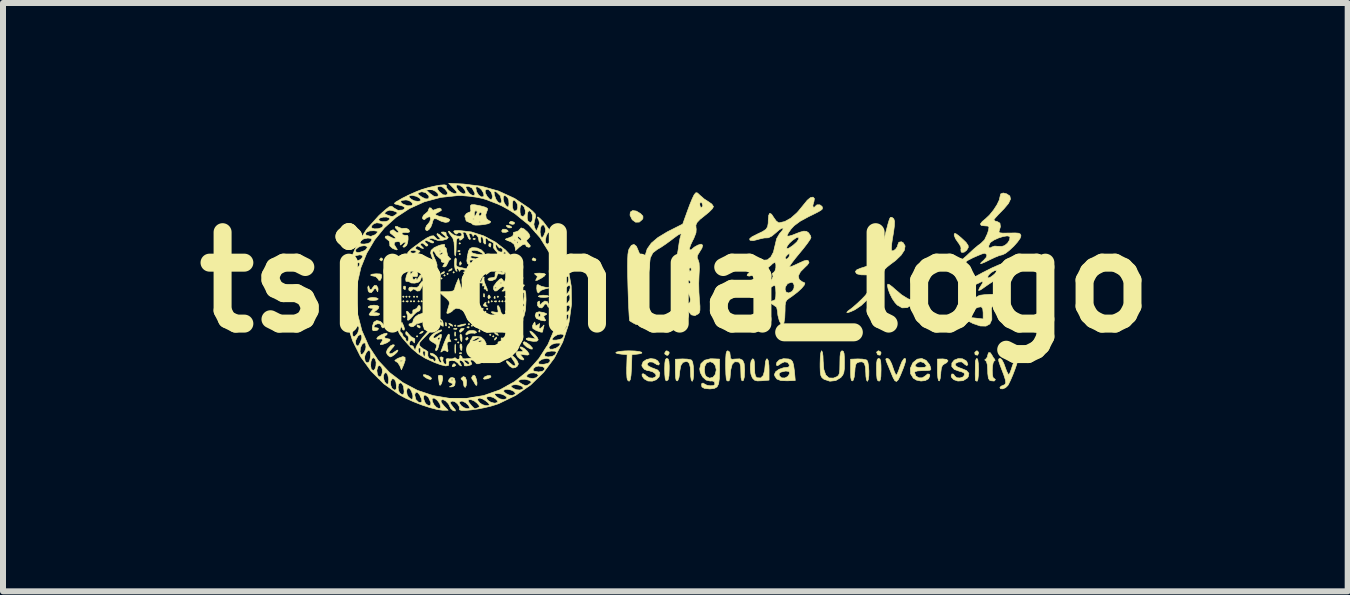
<source format=kicad_pcb>
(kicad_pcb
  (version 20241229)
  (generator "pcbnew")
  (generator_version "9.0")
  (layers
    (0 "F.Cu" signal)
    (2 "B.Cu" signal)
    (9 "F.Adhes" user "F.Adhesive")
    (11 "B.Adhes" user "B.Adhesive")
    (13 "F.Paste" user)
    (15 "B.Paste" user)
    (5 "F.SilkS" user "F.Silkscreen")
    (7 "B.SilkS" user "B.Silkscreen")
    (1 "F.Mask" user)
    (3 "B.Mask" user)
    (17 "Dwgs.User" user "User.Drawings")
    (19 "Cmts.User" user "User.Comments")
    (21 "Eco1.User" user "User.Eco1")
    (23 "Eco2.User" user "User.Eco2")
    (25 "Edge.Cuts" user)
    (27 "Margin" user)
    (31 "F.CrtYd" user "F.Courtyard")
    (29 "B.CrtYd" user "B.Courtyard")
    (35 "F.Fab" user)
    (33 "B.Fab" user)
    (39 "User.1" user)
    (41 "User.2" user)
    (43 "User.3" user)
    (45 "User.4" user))
  (footprint "tsinghua_logo"
    (layer "F.Cu")
    (at 8.208 1.655)
    (property "Reference" "tsinghua_logo" (at 0 0 0) (layer "F.SilkS") (effects (font (size 1.524 1.524) (thickness 0.3))))
    (attr through_hole)
    (fp_poly (pts (xy -4.572 0.318) (xy -4.585 0.33) (xy -4.597 0.318) (xy -4.585 0.305) (xy -4.572 0.318)) (stroke (width 0.01) (type solid)) (fill yes) (layer "F.SilkS"))
    (fp_poly (pts (xy -4.521 0.241) (xy -4.534 0.254) (xy -4.547 0.241) (xy -4.534 0.229) (xy -4.521 0.241)) (stroke (width 0.01) (type solid)) (fill yes) (layer "F.SilkS"))
    (fp_poly (pts (xy -4.521 0.318) (xy -4.534 0.33) (xy -4.547 0.318) (xy -4.534 0.305) (xy -4.521 0.318)) (stroke (width 0.01) (type solid)) (fill yes) (layer "F.SilkS"))
    (fp_poly (pts (xy -4.47 0.241) (xy -4.483 0.254) (xy -4.496 0.241) (xy -4.483 0.229) (xy -4.47 0.241)) (stroke (width 0.01) (type solid)) (fill yes) (layer "F.SilkS"))
    (fp_poly (pts (xy -4.42 0.241) (xy -4.432 0.254) (xy -4.445 0.241) (xy -4.432 0.229) (xy -4.42 0.241)) (stroke (width 0.01) (type solid)) (fill yes) (layer "F.SilkS"))
    (fp_poly (pts (xy -4.394 0.318) (xy -4.407 0.33) (xy -4.42 0.318) (xy -4.407 0.305) (xy -4.394 0.318)) (stroke (width 0.01) (type solid)) (fill yes) (layer "F.SilkS"))
    (fp_poly (pts (xy -4.343 0.241) (xy -4.356 0.254) (xy -4.369 0.241) (xy -4.356 0.229) (xy -4.343 0.241)) (stroke (width 0.01) (type solid)) (fill yes) (layer "F.SilkS"))
    (fp_poly (pts (xy -4.343 0.318) (xy -4.356 0.33) (xy -4.369 0.318) (xy -4.356 0.305) (xy -4.343 0.318)) (stroke (width 0.01) (type solid)) (fill yes) (layer "F.SilkS"))
    (fp_poly (pts (xy -4.293 0.241) (xy -4.305 0.254) (xy -4.318 0.241) (xy -4.305 0.229) (xy -4.293 0.241)) (stroke (width 0.01) (type solid)) (fill yes) (layer "F.SilkS"))
    (fp_poly (pts (xy -4.293 0.902) (xy -4.305 0.914) (xy -4.318 0.902) (xy -4.305 0.889) (xy -4.293 0.902)) (stroke (width 0.01) (type solid)) (fill yes) (layer "F.SilkS"))
    (fp_poly (pts (xy -4.267 0.318) (xy -4.28 0.33) (xy -4.293 0.318) (xy -4.28 0.305) (xy -4.267 0.318)) (stroke (width 0.01) (type solid)) (fill yes) (layer "F.SilkS"))
    (fp_poly (pts (xy -4.242 -0.419) (xy -4.255 -0.406) (xy -4.267 -0.419) (xy -4.255 -0.432) (xy -4.242 -0.419)) (stroke (width 0.01) (type solid)) (fill yes) (layer "F.SilkS"))
    (fp_poly (pts (xy -4.216 0.318) (xy -4.229 0.33) (xy -4.242 0.318) (xy -4.229 0.305) (xy -4.216 0.318)) (stroke (width 0.01) (type solid)) (fill yes) (layer "F.SilkS"))
    (fp_poly (pts (xy -4.166 0.241) (xy -4.178 0.254) (xy -4.191 0.241) (xy -4.178 0.229) (xy -4.166 0.241)) (stroke (width 0.01) (type solid)) (fill yes) (layer "F.SilkS"))
    (fp_poly (pts (xy -4.166 0.775) (xy -4.178 0.787) (xy -4.191 0.775) (xy -4.178 0.762) (xy -4.166 0.775)) (stroke (width 0.01) (type solid)) (fill yes) (layer "F.SilkS"))
    (fp_poly (pts (xy -4.115 0.724) (xy -4.128 0.737) (xy -4.14 0.724) (xy -4.128 0.711) (xy -4.115 0.724)) (stroke (width 0.01) (type solid)) (fill yes) (layer "F.SilkS"))
    (fp_poly (pts (xy -4.089 0.114) (xy -4.102 0.127) (xy -4.115 0.114) (xy -4.102 0.102) (xy -4.089 0.114)) (stroke (width 0.01) (type solid)) (fill yes) (layer "F.SilkS"))
    (fp_poly (pts (xy -4.089 0.673) (xy -4.102 0.686) (xy -4.115 0.673) (xy -4.102 0.66) (xy -4.089 0.673)) (stroke (width 0.01) (type solid)) (fill yes) (layer "F.SilkS"))
    (fp_poly (pts (xy -4.064 -0.241) (xy -4.077 -0.229) (xy -4.089 -0.241) (xy -4.077 -0.254) (xy -4.064 -0.241)) (stroke (width 0.01) (type solid)) (fill yes) (layer "F.SilkS"))
    (fp_poly (pts (xy -4.039 0.14) (xy -4.051 0.152) (xy -4.064 0.14) (xy -4.051 0.127) (xy -4.039 0.14)) (stroke (width 0.01) (type solid)) (fill yes) (layer "F.SilkS"))
    (fp_poly (pts (xy -4.039 0.648) (xy -4.051 0.66) (xy -4.064 0.648) (xy -4.051 0.635) (xy -4.039 0.648)) (stroke (width 0.01) (type solid)) (fill yes) (layer "F.SilkS"))
    (fp_poly (pts (xy -3.937 -0.114) (xy -3.95 -0.102) (xy -3.962 -0.114) (xy -3.95 -0.127) (xy -3.937 -0.114)) (stroke (width 0.01) (type solid)) (fill yes) (layer "F.SilkS"))
    (fp_poly (pts (xy -3.886 -0.064) (xy -3.899 -0.051) (xy -3.912 -0.064) (xy -3.899 -0.076) (xy -3.886 -0.064)) (stroke (width 0.01) (type solid)) (fill yes) (layer "F.SilkS"))
    (fp_poly (pts (xy -3.835 -0.114) (xy -3.848 -0.102) (xy -3.861 -0.114) (xy -3.848 -0.127) (xy -3.835 -0.114)) (stroke (width 0.01) (type solid)) (fill yes) (layer "F.SilkS"))
    (fp_poly (pts (xy -3.785 -0.14) (xy -3.797 -0.127) (xy -3.81 -0.14) (xy -3.797 -0.152) (xy -3.785 -0.14)) (stroke (width 0.01) (type solid)) (fill yes) (layer "F.SilkS"))
    (fp_poly (pts (xy -3.759 0.749) (xy -3.772 0.762) (xy -3.785 0.749) (xy -3.772 0.737) (xy -3.759 0.749)) (stroke (width 0.01) (type solid)) (fill yes) (layer "F.SilkS"))
    (fp_poly (pts (xy -3.683 -0.165) (xy -3.696 -0.152) (xy -3.708 -0.165) (xy -3.696 -0.178) (xy -3.683 -0.165)) (stroke (width 0.01) (type solid)) (fill yes) (layer "F.SilkS"))
    (fp_poly (pts (xy -3.658 0.724) (xy -3.67 0.737) (xy -3.683 0.724) (xy -3.67 0.711) (xy -3.658 0.724)) (stroke (width 0.01) (type solid)) (fill yes) (layer "F.SilkS"))
    (fp_poly (pts (xy -3.607 1.003) (xy -3.619 1.016) (xy -3.632 1.003) (xy -3.619 0.991) (xy -3.607 1.003)) (stroke (width 0.01) (type solid)) (fill yes) (layer "F.SilkS"))
    (fp_poly (pts (xy -3.581 -0.648) (xy -3.594 -0.635) (xy -3.607 -0.648) (xy -3.594 -0.66) (xy -3.581 -0.648)) (stroke (width 0.01) (type solid)) (fill yes) (layer "F.SilkS"))
    (fp_poly (pts (xy -3.581 -0.47) (xy -3.594 -0.457) (xy -3.607 -0.47) (xy -3.594 -0.483) (xy -3.581 -0.47)) (stroke (width 0.01) (type solid)) (fill yes) (layer "F.SilkS"))
    (fp_poly (pts (xy -3.505 -0.165) (xy -3.518 -0.152) (xy -3.531 -0.165) (xy -3.518 -0.178) (xy -3.505 -0.165)) (stroke (width 0.01) (type solid)) (fill yes) (layer "F.SilkS"))
    (fp_poly (pts (xy -3.429 0.699) (xy -3.442 0.711) (xy -3.454 0.699) (xy -3.442 0.686) (xy -3.429 0.699)) (stroke (width 0.01) (type solid)) (fill yes) (layer "F.SilkS"))
    (fp_poly (pts (xy -3.378 0.673) (xy -3.391 0.686) (xy -3.404 0.673) (xy -3.391 0.66) (xy -3.378 0.673)) (stroke (width 0.01) (type solid)) (fill yes) (layer "F.SilkS"))
    (fp_poly (pts (xy -3.378 0.724) (xy -3.391 0.737) (xy -3.404 0.724) (xy -3.391 0.711) (xy -3.378 0.724)) (stroke (width 0.01) (type solid)) (fill yes) (layer "F.SilkS"))
    (fp_poly (pts (xy -3.327 0.699) (xy -3.34 0.711) (xy -3.353 0.699) (xy -3.34 0.686) (xy -3.327 0.699)) (stroke (width 0.01) (type solid)) (fill yes) (layer "F.SilkS"))
    (fp_poly (pts (xy -3.2 0.445) (xy -3.213 0.457) (xy -3.226 0.445) (xy -3.213 0.432) (xy -3.2 0.445)) (stroke (width 0.01) (type solid)) (fill yes) (layer "F.SilkS"))
    (fp_poly (pts (xy -3.2 0.749) (xy -3.213 0.762) (xy -3.226 0.749) (xy -3.213 0.737) (xy -3.2 0.749)) (stroke (width 0.01) (type solid)) (fill yes) (layer "F.SilkS"))
    (fp_poly (pts (xy -3.124 0.445) (xy -3.137 0.457) (xy -3.15 0.445) (xy -3.137 0.432) (xy -3.124 0.445)) (stroke (width 0.01) (type solid)) (fill yes) (layer "F.SilkS"))
    (fp_poly (pts (xy -3.073 0.876) (xy -3.086 0.889) (xy -3.099 0.876) (xy -3.086 0.864) (xy -3.073 0.876)) (stroke (width 0.01) (type solid)) (fill yes) (layer "F.SilkS"))
    (fp_poly (pts (xy -3.048 0.318) (xy -3.061 0.33) (xy -3.073 0.318) (xy -3.061 0.305) (xy -3.048 0.318)) (stroke (width 0.01) (type solid)) (fill yes) (layer "F.SilkS"))
    (fp_poly (pts (xy -3.023 0.8) (xy -3.035 0.813) (xy -3.048 0.8) (xy -3.035 0.787) (xy -3.023 0.8)) (stroke (width 0.01) (type solid)) (fill yes) (layer "F.SilkS"))
    (fp_poly (pts (xy -3.023 0.902) (xy -3.035 0.914) (xy -3.048 0.902) (xy -3.035 0.889) (xy -3.023 0.902)) (stroke (width 0.01) (type solid)) (fill yes) (layer "F.SilkS"))
    (fp_poly (pts (xy -2.997 -0.394) (xy -3.01 -0.381) (xy -3.023 -0.394) (xy -3.01 -0.406) (xy -2.997 -0.394)) (stroke (width 0.01) (type solid)) (fill yes) (layer "F.SilkS"))
    (fp_poly (pts (xy -2.946 0.241) (xy -2.959 0.254) (xy -2.972 0.241) (xy -2.959 0.229) (xy -2.946 0.241)) (stroke (width 0.01) (type solid)) (fill yes) (layer "F.SilkS"))
    (fp_poly (pts (xy -2.921 0.318) (xy -2.934 0.33) (xy -2.946 0.318) (xy -2.934 0.305) (xy -2.921 0.318)) (stroke (width 0.01) (type solid)) (fill yes) (layer "F.SilkS"))
    (fp_poly (pts (xy -2.896 0.699) (xy -2.908 0.711) (xy -2.921 0.699) (xy -2.908 0.686) (xy -2.896 0.699)) (stroke (width 0.01) (type solid)) (fill yes) (layer "F.SilkS"))
    (fp_poly (pts (xy -2.87 0.318) (xy -2.883 0.33) (xy -2.896 0.318) (xy -2.883 0.305) (xy -2.87 0.318)) (stroke (width 0.01) (type solid)) (fill yes) (layer "F.SilkS"))
    (fp_poly (pts (xy -2.819 0.241) (xy -2.832 0.254) (xy -2.845 0.241) (xy -2.832 0.229) (xy -2.819 0.241)) (stroke (width 0.01) (type solid)) (fill yes) (layer "F.SilkS"))
    (fp_poly (pts (xy -2.819 0.318) (xy -2.832 0.33) (xy -2.845 0.318) (xy -2.832 0.305) (xy -2.819 0.318)) (stroke (width 0.01) (type solid)) (fill yes) (layer "F.SilkS"))
    (fp_poly (pts (xy -2.769 0.241) (xy -2.781 0.254) (xy -2.794 0.241) (xy -2.781 0.229) (xy -2.769 0.241)) (stroke (width 0.01) (type solid)) (fill yes) (layer "F.SilkS"))
    (fp_poly (pts (xy -2.743 0.318) (xy -2.756 0.33) (xy -2.769 0.318) (xy -2.756 0.305) (xy -2.743 0.318)) (stroke (width 0.01) (type solid)) (fill yes) (layer "F.SilkS"))
    (fp_poly (pts (xy -2.692 0.318) (xy -2.705 0.33) (xy -2.718 0.318) (xy -2.705 0.305) (xy -2.692 0.318)) (stroke (width 0.01) (type solid)) (fill yes) (layer "F.SilkS"))
    (fp_poly (pts (xy -2.642 0.241) (xy -2.654 0.254) (xy -2.667 0.241) (xy -2.654 0.229) (xy -2.642 0.241)) (stroke (width 0.01) (type solid)) (fill yes) (layer "F.SilkS"))
    (fp_poly (pts (xy -4.504 0.567) (xy -4.508 0.582) (xy -4.521 0.584) (xy -4.542 0.575) (xy -4.538 0.567) (xy -4.508 0.564) (xy -4.504 0.567)) (stroke (width 0.01) (type solid)) (fill yes) (layer "F.SilkS"))
    (fp_poly (pts (xy -4.453 0.313) (xy -4.457 0.328) (xy -4.47 0.33) (xy -4.491 0.321) (xy -4.487 0.313) (xy -4.457 0.31) (xy -4.453 0.313)) (stroke (width 0.01) (type solid)) (fill yes) (layer "F.SilkS"))
    (fp_poly (pts (xy -4.022 0.085) (xy -4.025 0.1) (xy -4.039 0.102) (xy -4.06 0.092) (xy -4.056 0.085) (xy -4.025 0.082) (xy -4.022 0.085)) (stroke (width 0.01) (type solid)) (fill yes) (layer "F.SilkS"))
    (fp_poly (pts (xy -3.995 0.035) (xy -4.002 0.047) (xy -4.028 0.049) (xy -4.055 0.043) (xy -4.043 0.033) (xy -4.004 0.03) (xy -3.995 0.035)) (stroke (width 0.01) (type solid)) (fill yes) (layer "F.SilkS"))
    (fp_poly (pts (xy -3.818 0.681) (xy -3.815 0.721) (xy -3.82 0.73) (xy -3.832 0.722) (xy -3.833 0.696) (xy -3.827 0.669) (xy -3.818 0.681)) (stroke (width 0.01) (type solid)) (fill yes) (layer "F.SilkS"))
    (fp_poly (pts (xy -3.666 0.832) (xy -3.663 0.884) (xy -3.666 0.895) (xy -3.675 0.899) (xy -3.679 0.864) (xy -3.675 0.828) (xy -3.666 0.832)) (stroke (width 0.01) (type solid)) (fill yes) (layer "F.SilkS"))
    (fp_poly (pts (xy -3.641 0.948) (xy -3.644 0.963) (xy -3.658 0.965) (xy -3.679 0.956) (xy -3.675 0.948) (xy -3.644 0.945) (xy -3.641 0.948)) (stroke (width 0.01) (type solid)) (fill yes) (layer "F.SilkS"))
    (fp_poly (pts (xy -3.639 0.772) (xy -3.647 0.784) (xy -3.672 0.785) (xy -3.7 0.779) (xy -3.688 0.77) (xy -3.648 0.767) (xy -3.639 0.772)) (stroke (width 0.01) (type solid)) (fill yes) (layer "F.SilkS"))
    (fp_poly (pts (xy -3.59 -0.525) (xy -3.593 -0.51) (xy -3.607 -0.508) (xy -3.628 -0.517) (xy -3.624 -0.525) (xy -3.594 -0.528) (xy -3.59 -0.525)) (stroke (width 0.01) (type solid)) (fill yes) (layer "F.SilkS"))
    (fp_poly (pts (xy -3.564 1.177) (xy -3.568 1.192) (xy -3.581 1.194) (xy -3.602 1.185) (xy -3.598 1.177) (xy -3.568 1.174) (xy -3.564 1.177)) (stroke (width 0.01) (type solid)) (fill yes) (layer "F.SilkS"))
    (fp_poly (pts (xy -3.437 0.745) (xy -3.441 0.76) (xy -3.454 0.762) (xy -3.475 0.753) (xy -3.471 0.745) (xy -3.441 0.742) (xy -3.437 0.745)) (stroke (width 0.01) (type solid)) (fill yes) (layer "F.SilkS"))
    (fp_poly (pts (xy -3.336 -0.728) (xy -3.339 -0.713) (xy -3.353 -0.711) (xy -3.374 -0.72) (xy -3.37 -0.728) (xy -3.34 -0.731) (xy -3.336 -0.728)) (stroke (width 0.01) (type solid)) (fill yes) (layer "F.SilkS"))
    (fp_poly (pts (xy -3.26 0.796) (xy -3.257 0.826) (xy -3.26 0.83) (xy -3.275 0.826) (xy -3.277 0.813) (xy -3.267 0.792) (xy -3.26 0.796)) (stroke (width 0.01) (type solid)) (fill yes) (layer "F.SilkS"))
    (fp_poly (pts (xy -3.183 0.198) (xy -3.18 0.238) (xy -3.185 0.247) (xy -3.197 0.24) (xy -3.198 0.214) (xy -3.192 0.187) (xy -3.183 0.198)) (stroke (width 0.01) (type solid)) (fill yes) (layer "F.SilkS"))
    (fp_poly (pts (xy -3.107 0.313) (xy -3.104 0.343) (xy -3.107 0.347) (xy -3.122 0.344) (xy -3.124 0.33) (xy -3.115 0.309) (xy -3.107 0.313)) (stroke (width 0.01) (type solid)) (fill yes) (layer "F.SilkS"))
    (fp_poly (pts (xy -3.006 0.237) (xy -3.003 0.267) (xy -3.006 0.271) (xy -3.021 0.267) (xy -3.023 0.254) (xy -3.013 0.233) (xy -3.006 0.237)) (stroke (width 0.01) (type solid)) (fill yes) (layer "F.SilkS"))
    (fp_poly (pts (xy -2.98 0.313) (xy -2.984 0.328) (xy -2.997 0.33) (xy -3.018 0.321) (xy -3.014 0.313) (xy -2.984 0.31) (xy -2.98 0.313)) (stroke (width 0.01) (type solid)) (fill yes) (layer "F.SilkS"))
    (fp_poly (pts (xy -2.701 0.237) (xy -2.704 0.252) (xy -2.718 0.254) (xy -2.739 0.245) (xy -2.735 0.237) (xy -2.705 0.234) (xy -2.701 0.237)) (stroke (width 0.01) (type solid)) (fill yes) (layer "F.SilkS"))
    (fp_poly (pts (xy -4.5 0.069) (xy -4.496 0.087) (xy -4.504 0.124) (xy -4.526 0.113) (xy -4.533 0.103) (xy -4.53 0.071) (xy -4.522 0.064) (xy -4.5 0.069)) (stroke (width 0.01) (type solid)) (fill yes) (layer "F.SilkS"))
    (fp_poly (pts (xy -4.203 0.818) (xy -4.211 0.837) (xy -4.234 0.849) (xy -4.264 0.857) (xy -4.252 0.838) (xy -4.249 0.835) (xy -4.215 0.815) (xy -4.203 0.818)) (stroke (width 0.01) (type solid)) (fill yes) (layer "F.SilkS"))
    (fp_poly (pts (xy -4.144 -0.193) (xy -4.117 -0.169) (xy -4.115 -0.164) (xy -4.127 -0.153) (xy -4.152 -0.177) (xy -4.155 -0.182) (xy -4.158 -0.199) (xy -4.144 -0.193)) (stroke (width 0.01) (type solid)) (fill yes) (layer "F.SilkS"))
    (fp_poly (pts (xy -4.013 -0.188) (xy -4.01 -0.185) (xy -3.99 -0.151) (xy -3.993 -0.139) (xy -4.012 -0.147) (xy -4.024 -0.17) (xy -4.032 -0.2) (xy -4.013 -0.188)) (stroke (width 0.01) (type solid)) (fill yes) (layer "F.SilkS"))
    (fp_poly (pts (xy -3.847 -0.173) (xy -3.855 -0.154) (xy -3.879 -0.141) (xy -3.908 -0.134) (xy -3.896 -0.152) (xy -3.893 -0.156) (xy -3.86 -0.176) (xy -3.847 -0.173)) (stroke (width 0.01) (type solid)) (fill yes) (layer "F.SilkS"))
    (fp_poly (pts (xy -3.727 0.704) (xy -3.721 0.711) (xy -3.712 0.734) (xy -3.736 0.725) (xy -3.759 0.711) (xy -3.779 0.691) (xy -3.767 0.686) (xy -3.727 0.704)) (stroke (width 0.01) (type solid)) (fill yes) (layer "F.SilkS"))
    (fp_poly (pts (xy -3.72 -0.224) (xy -3.728 -0.205) (xy -3.752 -0.192) (xy -3.781 -0.184) (xy -3.769 -0.203) (xy -3.766 -0.206) (xy -3.733 -0.226) (xy -3.72 -0.224)) (stroke (width 0.01) (type solid)) (fill yes) (layer "F.SilkS"))
    (fp_poly (pts (xy -3.68 1.361) (xy -3.659 1.383) (xy -3.684 1.402) (xy -3.694 1.406) (xy -3.72 1.405) (xy -3.717 1.383) (xy -3.693 1.358) (xy -3.68 1.361)) (stroke (width 0.01) (type solid)) (fill yes) (layer "F.SilkS"))
    (fp_poly (pts (xy -3.577 -0.34) (xy -3.566 -0.311) (xy -3.57 -0.303) (xy -3.591 -0.281) (xy -3.598 -0.307) (xy -3.598 -0.316) (xy -3.587 -0.342) (xy -3.577 -0.34)) (stroke (width 0.01) (type solid)) (fill yes) (layer "F.SilkS"))
    (fp_poly (pts (xy -3.15 0.78) (xy -3.141 0.799) (xy -3.134 0.835) (xy -3.151 0.828) (xy -3.163 0.811) (xy -3.171 0.778) (xy -3.168 0.772) (xy -3.15 0.78)) (stroke (width 0.01) (type solid)) (fill yes) (layer "F.SilkS"))
    (fp_poly (pts (xy -3.128 -0.269) (xy -3.101 -0.244) (xy -3.106 -0.229) (xy -3.11 -0.229) (xy -3.131 -0.247) (xy -3.139 -0.258) (xy -3.142 -0.275) (xy -3.128 -0.269)) (stroke (width 0.01) (type solid)) (fill yes) (layer "F.SilkS"))
    (fp_poly (pts (xy -3.1 0.704) (xy -3.09 0.723) (xy -3.084 0.759) (xy -3.101 0.752) (xy -3.113 0.735) (xy -3.12 0.702) (xy -3.117 0.696) (xy -3.1 0.704)) (stroke (width 0.01) (type solid)) (fill yes) (layer "F.SilkS"))
    (fp_poly (pts (xy -3.098 0.216) (xy -3.084 0.247) (xy -3.087 0.256) (xy -3.112 0.278) (xy -3.124 0.253) (xy -3.124 0.24) (xy -3.112 0.214) (xy -3.098 0.216)) (stroke (width 0.01) (type solid)) (fill yes) (layer "F.SilkS"))
    (fp_poly (pts (xy -3.077 -0.642) (xy -3.073 -0.624) (xy -3.082 -0.587) (xy -3.104 -0.598) (xy -3.11 -0.608) (xy -3.107 -0.64) (xy -3.099 -0.647) (xy -3.077 -0.642)) (stroke (width 0.01) (type solid)) (fill yes) (layer "F.SilkS"))
    (fp_poly (pts (xy -2.965 0.857) (xy -2.959 0.864) (xy -2.95 0.886) (xy -2.974 0.878) (xy -2.997 0.864) (xy -3.017 0.843) (xy -3.005 0.839) (xy -2.965 0.857)) (stroke (width 0.01) (type solid)) (fill yes) (layer "F.SilkS"))
    (fp_poly (pts (xy -2.758 -0.941) (xy -2.729 -0.921) (xy -2.733 -0.908) (xy -2.774 -0.906) (xy -2.794 -0.915) (xy -2.82 -0.94) (xy -2.805 -0.951) (xy -2.758 -0.941)) (stroke (width 0.01) (type solid)) (fill yes) (layer "F.SilkS"))
    (fp_poly (pts (xy -4.878 -0.387) (xy -4.877 -0.381) (xy -4.896 -0.356) (xy -4.902 -0.356) (xy -4.927 -0.375) (xy -4.928 -0.381) (xy -4.908 -0.406) (xy -4.902 -0.406) (xy -4.878 -0.387)) (stroke (width 0.01) (type solid)) (fill yes) (layer "F.SilkS"))
    (fp_poly (pts (xy -4.26 0.73) (xy -4.255 0.737) (xy -4.256 0.76) (xy -4.264 0.762) (xy -4.3 0.743) (xy -4.305 0.737) (xy -4.304 0.713) (xy -4.296 0.711) (xy -4.26 0.73)) (stroke (width 0.01) (type solid)) (fill yes) (layer "F.SilkS"))
    (fp_poly (pts (xy -4.047 0.194) (xy -4.051 0.203) (xy -4.075 0.227) (xy -4.08 0.229) (xy -4.081 0.212) (xy -4.077 0.203) (xy -4.053 0.179) (xy -4.048 0.178) (xy -4.047 0.194)) (stroke (width 0.01) (type solid)) (fill yes) (layer "F.SilkS"))
    (fp_poly (pts (xy -4.042 -0.112) (xy -4.034 -0.104) (xy -4.007 -0.061) (xy -4.009 -0.033) (xy -4.03 -0.029) (xy -4.058 -0.07) (xy -4.08 -0.125) (xy -4.076 -0.138) (xy -4.042 -0.112)) (stroke (width 0.01) (type solid)) (fill yes) (layer "F.SilkS"))
    (fp_poly (pts (xy -3.945 -0.034) (xy -3.95 -0.025) (xy -3.974 -0.001) (xy -3.978 0) (xy -3.98 -0.016) (xy -3.975 -0.025) (xy -3.951 -0.05) (xy -3.947 -0.051) (xy -3.945 -0.034)) (stroke (width 0.01) (type solid)) (fill yes) (layer "F.SilkS"))
    (fp_poly (pts (xy -3.665 1.048) (xy -3.661 1.123) (xy -3.665 1.175) (xy -3.671 1.185) (xy -3.675 1.152) (xy -3.676 1.105) (xy -3.674 1.047) (xy -3.669 1.03) (xy -3.665 1.048)) (stroke (width 0.01) (type solid)) (fill yes) (layer "F.SilkS"))
    (fp_poly (pts (xy -3.562 1.038) (xy -3.556 1.078) (xy -3.56 1.132) (xy -3.572 1.137) (xy -3.589 1.092) (xy -3.589 1.092) (xy -3.59 1.045) (xy -3.579 1.027) (xy -3.562 1.038)) (stroke (width 0.01) (type solid)) (fill yes) (layer "F.SilkS"))
    (fp_poly (pts (xy -3.561 0.885) (xy -3.556 0.927) (xy -3.559 0.975) (xy -3.566 0.991) (xy -3.577 0.969) (xy -3.588 0.927) (xy -3.589 0.88) (xy -3.578 0.864) (xy -3.561 0.885)) (stroke (width 0.01) (type solid)) (fill yes) (layer "F.SilkS"))
    (fp_poly (pts (xy -3.52 0.771) (xy -3.532 0.792) (xy -3.541 0.802) (xy -3.58 0.834) (xy -3.596 0.827) (xy -3.598 0.805) (xy -3.577 0.776) (xy -3.552 0.769) (xy -3.52 0.771)) (stroke (width 0.01) (type solid)) (fill yes) (layer "F.SilkS"))
    (fp_poly (pts (xy -3.455 0.934) (xy -3.454 0.94) (xy -3.474 0.964) (xy -3.481 0.965) (xy -3.496 0.95) (xy -3.493 0.94) (xy -3.47 0.916) (xy -3.466 0.914) (xy -3.455 0.934)) (stroke (width 0.01) (type solid)) (fill yes) (layer "F.SilkS"))
    (fp_poly (pts (xy -3.252 1.239) (xy -3.251 1.245) (xy -3.271 1.269) (xy -3.277 1.27) (xy -3.301 1.251) (xy -3.302 1.245) (xy -3.283 1.22) (xy -3.277 1.219) (xy -3.252 1.239)) (stroke (width 0.01) (type solid)) (fill yes) (layer "F.SilkS"))
    (fp_poly (pts (xy -3.202 0.58) (xy -3.2 0.597) (xy -3.214 0.631) (xy -3.225 0.635) (xy -3.239 0.616) (xy -3.235 0.597) (xy -3.217 0.563) (xy -3.21 0.559) (xy -3.202 0.58)) (stroke (width 0.01) (type solid)) (fill yes) (layer "F.SilkS"))
    (fp_poly (pts (xy -3.183 -0.212) (xy -3.188 -0.203) (xy -3.212 -0.179) (xy -3.216 -0.178) (xy -3.218 -0.194) (xy -3.213 -0.203) (xy -3.189 -0.227) (xy -3.185 -0.229) (xy -3.183 -0.212)) (stroke (width 0.01) (type solid)) (fill yes) (layer "F.SilkS"))
    (fp_poly (pts (xy -3.158 0.499) (xy -3.162 0.508) (xy -3.186 0.532) (xy -3.191 0.533) (xy -3.192 0.517) (xy -3.188 0.508) (xy -3.164 0.484) (xy -3.159 0.483) (xy -3.158 0.499)) (stroke (width 0.01) (type solid)) (fill yes) (layer "F.SilkS"))
    (fp_poly (pts (xy -3.158 0.677) (xy -3.162 0.686) (xy -3.186 0.71) (xy -3.191 0.711) (xy -3.192 0.695) (xy -3.188 0.686) (xy -3.164 0.662) (xy -3.159 0.66) (xy -3.158 0.677)) (stroke (width 0.01) (type solid)) (fill yes) (layer "F.SilkS"))
    (fp_poly (pts (xy -3.031 -0.344) (xy -3.048 -0.33) (xy -3.094 -0.309) (xy -3.111 -0.306) (xy -3.116 -0.316) (xy -3.099 -0.33) (xy -3.052 -0.352) (xy -3.035 -0.355) (xy -3.031 -0.344)) (stroke (width 0.01) (type solid)) (fill yes) (layer "F.SilkS"))
    (fp_poly (pts (xy -2.98 0.931) (xy -2.985 0.94) (xy -3.008 0.964) (xy -3.013 0.965) (xy -3.015 0.949) (xy -3.01 0.94) (xy -2.986 0.916) (xy -2.982 0.914) (xy -2.98 0.931)) (stroke (width 0.01) (type solid)) (fill yes) (layer "F.SilkS"))
    (fp_poly (pts (xy -2.832 -0.883) (xy -2.798 -0.867) (xy -2.786 -0.848) (xy -2.82 -0.834) (xy -2.83 -0.832) (xy -2.882 -0.833) (xy -2.896 -0.854) (xy -2.877 -0.884) (xy -2.832 -0.883)) (stroke (width 0.01) (type solid)) (fill yes) (layer "F.SilkS"))
    (fp_poly (pts (xy -2.794 0.477) (xy -2.794 0.483) (xy -2.814 0.507) (xy -2.821 0.508) (xy -2.836 0.492) (xy -2.832 0.483) (xy -2.809 0.458) (xy -2.805 0.457) (xy -2.794 0.477)) (stroke (width 0.01) (type solid)) (fill yes) (layer "F.SilkS"))
    (fp_poly (pts (xy -2.689 -1.001) (xy -2.68 -0.991) (xy -2.687 -0.971) (xy -2.716 -0.965) (xy -2.758 -0.976) (xy -2.769 -0.991) (xy -2.748 -1.013) (xy -2.732 -1.016) (xy -2.689 -1.001)) (stroke (width 0.01) (type solid)) (fill yes) (layer "F.SilkS"))
    (fp_poly (pts (xy -2.541 -0.081) (xy -2.54 -0.064) (xy -2.553 -0.03) (xy -2.565 -0.025) (xy -2.579 -0.044) (xy -2.575 -0.064) (xy -2.557 -0.097) (xy -2.55 -0.102) (xy -2.541 -0.081)) (stroke (width 0.01) (type solid)) (fill yes) (layer "F.SilkS"))
    (fp_poly (pts (xy -2.329 -0.388) (xy -2.324 -0.381) (xy -2.33 -0.359) (xy -2.348 -0.356) (xy -2.383 -0.369) (xy -2.388 -0.381) (xy -2.369 -0.406) (xy -2.364 -0.406) (xy -2.329 -0.388)) (stroke (width 0.01) (type solid)) (fill yes) (layer "F.SilkS"))
    (fp_poly (pts (xy -0.106 1.163) (xy -0.102 1.181) (xy -0.122 1.215) (xy -0.14 1.219) (xy -0.173 1.199) (xy -0.178 1.181) (xy -0.157 1.147) (xy -0.14 1.143) (xy -0.106 1.163)) (stroke (width 0.01) (type solid)) (fill yes) (layer "F.SilkS"))
    (fp_poly (pts (xy 3.425 1.163) (xy 3.429 1.181) (xy 3.414 1.216) (xy 3.378 1.21) (xy 3.37 1.202) (xy 3.354 1.165) (xy 3.38 1.144) (xy 3.391 1.143) (xy 3.425 1.163)) (stroke (width 0.01) (type solid)) (fill yes) (layer "F.SilkS"))
    (fp_poly (pts (xy 5.052 1.164) (xy 5.055 1.181) (xy 5.039 1.216) (xy 5.004 1.21) (xy 4.996 1.203) (xy 4.991 1.171) (xy 5.017 1.146) (xy 5.031 1.143) (xy 5.052 1.164)) (stroke (width 0.01) (type solid)) (fill yes) (layer "F.SilkS"))
    (fp_poly (pts (xy -4.12 1.558) (xy -4.077 1.584) (xy -4.064 1.604) (xy -4.078 1.623) (xy -4.123 1.611) (xy -4.16 1.592) (xy -4.197 1.563) (xy -4.202 1.543) (xy -4.17 1.541) (xy -4.12 1.558)) (stroke (width 0.01) (type solid)) (fill yes) (layer "F.SilkS"))
    (fp_poly (pts (xy -3.08 1.56) (xy -3.073 1.579) (xy -3.103 1.598) (xy -3.143 1.611) (xy -3.188 1.616) (xy -3.2 1.604) (xy -3.179 1.577) (xy -3.134 1.558) (xy -3.091 1.554) (xy -3.08 1.56)) (stroke (width 0.01) (type solid)) (fill yes) (layer "F.SilkS"))
    (fp_poly (pts (xy -3.159 0.35) (xy -3.156 0.381) (xy -3.143 0.39) (xy -3.134 0.401) (xy -3.156 0.404) (xy -3.194 0.395) (xy -3.2 0.382) (xy -3.182 0.349) (xy -3.171 0.34) (xy -3.154 0.337) (xy -3.159 0.35)) (stroke (width 0.01) (type solid)) (fill yes) (layer "F.SilkS"))
    (fp_poly (pts (xy -3.885 1.559) (xy -3.877 1.596) (xy -3.881 1.626) (xy -3.896 1.684) (xy -3.915 1.716) (xy -3.932 1.713) (xy -3.937 1.68) (xy -3.945 1.616) (xy -3.952 1.59) (xy -3.95 1.557) (xy -3.919 1.549) (xy -3.885 1.559)) (stroke (width 0.01) (type solid)) (fill yes) (layer "F.SilkS"))
    (fp_poly (pts (xy -3.495 0.702) (xy -3.505 0.71) (xy -3.541 0.725) (xy -3.587 0.735) (xy -3.623 0.738) (xy -3.632 0.73) (xy -3.63 0.727) (xy -3.6 0.716) (xy -3.543 0.701) (xy -3.543 0.701) (xy -3.497 0.694) (xy -3.495 0.702)) (stroke (width 0.01) (type solid)) (fill yes) (layer "F.SilkS"))
    (fp_poly (pts (xy -2.483 1.006) (xy -2.431 1.044) (xy -2.421 1.053) (xy -2.383 1.095) (xy -2.386 1.115) (xy -2.42 1.11) (xy -2.479 1.078) (xy -2.483 1.075) (xy -2.527 1.034) (xy -2.539 1.003) (xy -2.516 0.991) (xy -2.483 1.006)) (stroke (width 0.01) (type solid)) (fill yes) (layer "F.SilkS"))
    (fp_poly (pts (xy -4.983 0.26) (xy -4.954 0.276) (xy -4.953 0.279) (xy -4.975 0.296) (xy -5.03 0.305) (xy -5.042 0.305) (xy -5.101 0.298) (xy -5.13 0.283) (xy -5.131 0.279) (xy -5.108 0.263) (xy -5.054 0.254) (xy -5.042 0.254) (xy -4.983 0.26)) (stroke (width 0.01) (type solid)) (fill yes) (layer "F.SilkS"))
    (fp_poly (pts (xy -3.334 1.571) (xy -3.316 1.621) (xy -3.306 1.677) (xy -3.309 1.716) (xy -3.312 1.72) (xy -3.33 1.712) (xy -3.344 1.686) (xy -3.37 1.639) (xy -3.386 1.622) (xy -3.397 1.592) (xy -3.378 1.559) (xy -3.353 1.549) (xy -3.334 1.571)) (stroke (width 0.01) (type solid)) (fill yes) (layer "F.SilkS"))
    (fp_poly (pts (xy -2.138 0.221) (xy -2.109 0.232) (xy -2.108 0.235) (xy -2.131 0.248) (xy -2.185 0.254) (xy -2.197 0.254) (xy -2.256 0.249) (xy -2.285 0.237) (xy -2.286 0.235) (xy -2.264 0.222) (xy -2.209 0.216) (xy -2.197 0.216) (xy -2.138 0.221)) (stroke (width 0.01) (type solid)) (fill yes) (layer "F.SilkS"))
    (fp_poly (pts (xy -0.651 -1.187) (xy -0.581 -1.145) (xy -0.541 -1.103) (xy -0.54 -1.066) (xy -0.549 -1.049) (xy -0.601 -1.003) (xy -0.663 -1.001) (xy -0.719 -1.042) (xy -0.721 -1.046) (xy -0.756 -1.118) (xy -0.75 -1.17) (xy -0.712 -1.195) (xy -0.651 -1.187)) (stroke (width 0.01) (type solid)) (fill yes) (layer "F.SilkS"))
    (fp_poly (pts (xy -3.502 1.585) (xy -3.482 1.635) (xy -3.48 1.664) (xy -3.486 1.722) (xy -3.502 1.752) (xy -3.505 1.753) (xy -3.524 1.731) (xy -3.531 1.689) (xy -3.54 1.641) (xy -3.558 1.626) (xy -3.573 1.61) (xy -3.569 1.6) (xy -3.534 1.571) (xy -3.502 1.585)) (stroke (width 0.01) (type solid)) (fill yes) (layer "F.SilkS"))
    (fp_poly (pts (xy -3.331 0.814) (xy -3.314 0.834) (xy -3.316 0.84) (xy -3.347 0.852) (xy -3.364 0.848) (xy -3.413 0.848) (xy -3.452 0.862) (xy -3.489 0.878) (xy -3.493 0.862) (xy -3.49 0.853) (xy -3.455 0.815) (xy -3.433 0.807) (xy -3.377 0.803) (xy -3.331 0.814)) (stroke (width 0.01) (type solid)) (fill yes) (layer "F.SilkS"))
    (fp_poly (pts (xy -4.92 -0.138) (xy -4.896 -0.122) (xy -4.897 -0.086) (xy -4.897 -0.083) (xy -4.916 -0.034) (xy -4.942 -0.032) (xy -4.962 -0.064) (xy -4.997 -0.095) (xy -5.028 -0.102) (xy -5.07 -0.11) (xy -5.08 -0.121) (xy -5.058 -0.134) (xy -5.002 -0.14) (xy -4.983 -0.141) (xy -4.92 -0.138)) (stroke (width 0.01) (type solid)) (fill yes) (layer "F.SilkS"))
    (fp_poly (pts (xy -3.259 0.546) (xy -3.266 0.567) (xy -3.292 0.603) (xy -3.309 0.61) (xy -3.314 0.625) (xy -3.289 0.66) (xy -3.26 0.697) (xy -3.256 0.711) (xy -3.281 0.695) (xy -3.311 0.665) (xy -3.338 0.628) (xy -3.329 0.599) (xy -3.301 0.571) (xy -3.266 0.541) (xy -3.259 0.546)) (stroke (width 0.01) (type solid)) (fill yes) (layer "F.SilkS"))
    (fp_poly (pts (xy -2.191 -0.147) (xy -2.163 -0.131) (xy -2.185 -0.101) (xy -2.233 -0.069) (xy -2.299 -0.034) (xy -2.329 -0.029) (xy -2.32 -0.052) (xy -2.313 -0.061) (xy -2.299 -0.096) (xy -2.329 -0.124) (xy -2.349 -0.141) (xy -2.33 -0.149) (xy -2.267 -0.152) (xy -2.267 -0.152) (xy -2.191 -0.147)) (stroke (width 0.01) (type solid)) (fill yes) (layer "F.SilkS"))
    (fp_poly (pts (xy -2.28 0.045) (xy -2.232 0.068) (xy -2.172 0.082) (xy -2.095 0.093) (xy -2.178 0.113) (xy -2.234 0.133) (xy -2.26 0.154) (xy -2.261 0.156) (xy -2.28 0.177) (xy -2.286 0.178) (xy -2.304 0.156) (xy -2.311 0.102) (xy -2.311 0.098) (xy -2.307 0.047) (xy -2.29 0.038) (xy -2.28 0.045)) (stroke (width 0.01) (type solid)) (fill yes) (layer "F.SilkS"))
    (fp_poly (pts (xy -2.385 0.831) (xy -2.339 0.875) (xy -2.3 0.925) (xy -2.286 0.96) (xy -2.308 0.982) (xy -2.365 0.986) (xy -2.445 0.973) (xy -2.486 0.954) (xy -2.485 0.936) (xy -2.448 0.927) (xy -2.407 0.931) (xy -2.324 0.947) (xy -2.386 0.88) (xy -2.419 0.837) (xy -2.425 0.814) (xy -2.422 0.813) (xy -2.385 0.831)) (stroke (width 0.01) (type solid)) (fill yes) (layer "F.SilkS"))
    (fp_poly (pts (xy -0.119 1.281) (xy -0.107 1.318) (xy -0.102 1.393) (xy -0.102 1.446) (xy -0.106 1.561) (xy -0.121 1.627) (xy -0.145 1.644) (xy -0.162 1.633) (xy -0.17 1.602) (xy -0.176 1.534) (xy -0.178 1.444) (xy -0.178 1.444) (xy -0.175 1.348) (xy -0.167 1.294) (xy -0.151 1.272) (xy -0.14 1.27) (xy -0.119 1.281)) (stroke (width 0.01) (type solid)) (fill yes) (layer "F.SilkS"))
    (fp_poly (pts (xy 3.411 1.28) (xy 3.423 1.316) (xy 3.428 1.387) (xy 3.429 1.46) (xy 3.426 1.569) (xy 3.416 1.63) (xy 3.397 1.65) (xy 3.37 1.634) (xy 3.361 1.602) (xy 3.355 1.534) (xy 3.353 1.444) (xy 3.353 1.444) (xy 3.355 1.348) (xy 3.364 1.294) (xy 3.38 1.272) (xy 3.391 1.27) (xy 3.411 1.28)) (stroke (width 0.01) (type solid)) (fill yes) (layer "F.SilkS"))
    (fp_poly (pts (xy 4.523 1.286) (xy 4.546 1.31) (xy 4.522 1.342) (xy 4.489 1.359) (xy 4.454 1.384) (xy 4.435 1.428) (xy 4.425 1.506) (xy 4.425 1.518) (xy 4.415 1.605) (xy 4.402 1.645) (xy 4.388 1.64) (xy 4.376 1.594) (xy 4.369 1.508) (xy 4.369 1.466) (xy 4.369 1.28) (xy 4.458 1.278) (xy 4.523 1.286)) (stroke (width 0.01) (type solid)) (fill yes) (layer "F.SilkS"))
    (fp_poly (pts (xy 5.042 1.294) (xy 5.051 1.358) (xy 5.055 1.452) (xy 5.055 1.46) (xy 5.051 1.556) (xy 5.043 1.623) (xy 5.03 1.651) (xy 5.029 1.651) (xy 5.002 1.636) (xy 5.001 1.632) (xy 5 1.597) (xy 4.999 1.529) (xy 5 1.447) (xy 5.001 1.368) (xy 5.002 1.314) (xy 5.016 1.277) (xy 5.029 1.27) (xy 5.042 1.294)) (stroke (width 0.01) (type solid)) (fill yes) (layer "F.SilkS"))
    (fp_poly (pts (xy -2.72 0.478) (xy -2.718 0.493) (xy -2.728 0.543) (xy -2.753 0.611) (xy -2.785 0.681) (xy -2.818 0.736) (xy -2.842 0.762) (xy -2.844 0.762) (xy -2.869 0.752) (xy -2.87 0.749) (xy -2.859 0.721) (xy -2.832 0.665) (xy -2.819 0.642) (xy -2.787 0.571) (xy -2.77 0.513) (xy -2.769 0.502) (xy -2.757 0.464) (xy -2.743 0.457) (xy -2.72 0.478)) (stroke (width 0.01) (type solid)) (fill yes) (layer "F.SilkS"))
    (fp_poly (pts (xy 3.567 0.039) (xy 3.615 0.075) (xy 3.664 0.119) (xy 3.772 0.21) (xy 3.874 0.274) (xy 3.962 0.304) (xy 3.98 0.306) (xy 4.004 0.312) (xy 3.992 0.334) (xy 3.955 0.369) (xy 3.866 0.423) (xy 3.781 0.427) (xy 3.699 0.38) (xy 3.663 0.341) (xy 3.617 0.274) (xy 3.577 0.194) (xy 3.548 0.117) (xy 3.536 0.057) (xy 3.542 0.031) (xy 3.567 0.039)) (stroke (width 0.01) (type solid)) (fill yes) (layer "F.SilkS"))
    (fp_poly (pts (xy 4.675 -0.81) (xy 4.72 -0.778) (xy 4.772 -0.734) (xy 4.846 -0.664) (xy 4.881 -0.612) (xy 4.883 -0.58) (xy 4.856 -0.533) (xy 4.815 -0.502) (xy 4.776 -0.497) (xy 4.763 -0.508) (xy 4.759 -0.551) (xy 4.763 -0.559) (xy 4.758 -0.593) (xy 4.727 -0.646) (xy 4.714 -0.663) (xy 4.671 -0.725) (xy 4.649 -0.781) (xy 4.648 -0.791) (xy 4.654 -0.813) (xy 4.675 -0.81)) (stroke (width 0.01) (type solid)) (fill yes) (layer "F.SilkS"))
    (fp_poly (pts (xy -4.981 0.055) (xy -4.958 0.094) (xy -4.956 0.121) (xy -4.961 0.159) (xy -4.97 0.15) (xy -4.971 0.146) (xy -4.994 0.106) (xy -5.023 0.113) (xy -5.038 0.14) (xy -5.069 0.175) (xy -5.106 0.165) (xy -5.121 0.141) (xy -5.127 0.087) (xy -5.123 0.071) (xy -5.111 0.06) (xy -5.107 0.083) (xy -5.092 0.122) (xy -5.064 0.119) (xy -5.045 0.089) (xy -5.015 0.052) (xy -4.981 0.055)) (stroke (width 0.01) (type solid)) (fill yes) (layer "F.SilkS"))
    (fp_poly (pts (xy -4.506 1.251) (xy -4.504 1.301) (xy -4.529 1.375) (xy -4.566 1.46) (xy -4.593 1.393) (xy -4.627 1.34) (xy -4.663 1.317) (xy -4.677 1.304) (xy -4.677 1.304) (xy -4.589 1.304) (xy -4.585 1.319) (xy -4.572 1.321) (xy -4.551 1.312) (xy -4.555 1.304) (xy -4.585 1.301) (xy -4.589 1.304) (xy -4.677 1.304) (xy -4.643 1.279) (xy -4.613 1.264) (xy -4.542 1.239) (xy -4.506 1.251)) (stroke (width 0.01) (type solid)) (fill yes) (layer "F.SilkS"))
    (fp_poly (pts (xy -4.128 0.213) (xy -4.107 0.233) (xy -4.073 0.28) (xy -4.064 0.309) (xy -4.071 0.327) (xy -4.092 0.305) (xy -4.108 0.29) (xy -4.11 0.317) (xy -4.105 0.349) (xy -4.098 0.411) (xy -4.104 0.43) (xy -4.119 0.405) (xy -4.128 0.381) (xy -4.153 0.34) (xy -4.174 0.329) (xy -4.181 0.319) (xy -4.16 0.303) (xy -4.13 0.263) (xy -4.133 0.234) (xy -4.143 0.205) (xy -4.128 0.213)) (stroke (width 0.01) (type solid)) (fill yes) (layer "F.SilkS"))
    (fp_poly (pts (xy -2.134 0.323) (xy -2.112 0.37) (xy -2.111 0.387) (xy -2.116 0.421) (xy -2.124 0.407) (xy -2.126 0.4) (xy -2.149 0.36) (xy -2.179 0.367) (xy -2.194 0.394) (xy -2.226 0.428) (xy -2.269 0.423) (xy -2.297 0.389) (xy -2.298 0.34) (xy -2.287 0.321) (xy -2.265 0.314) (xy -2.26 0.344) (xy -2.257 0.378) (xy -2.242 0.371) (xy -2.223 0.346) (xy -2.176 0.313) (xy -2.134 0.323)) (stroke (width 0.01) (type solid)) (fill yes) (layer "F.SilkS"))
    (fp_poly (pts (xy -4.151 0.517) (xy -4.152 0.569) (xy -4.179 0.626) (xy -4.222 0.669) (xy -4.262 0.68) (xy -4.311 0.691) (xy -4.331 0.711) (xy -4.373 0.741) (xy -4.401 0.742) (xy -4.439 0.722) (xy -4.44 0.697) (xy -4.405 0.686) (xy -4.375 0.671) (xy -4.375 0.656) (xy -4.365 0.616) (xy -4.329 0.571) (xy -4.282 0.539) (xy -4.26 0.533) (xy -4.213 0.517) (xy -4.197 0.504) (xy -4.169 0.49) (xy -4.151 0.517)) (stroke (width 0.01) (type solid)) (fill yes) (layer "F.SilkS"))
    (fp_poly (pts (xy -4.918 0.653) (xy -4.893 0.674) (xy -4.857 0.721) (xy -4.856 0.754) (xy -4.877 0.762) (xy -4.899 0.741) (xy -4.902 0.722) (xy -4.921 0.695) (xy -4.962 0.691) (xy -5.004 0.707) (xy -5.024 0.732) (xy -5.015 0.757) (xy -4.995 0.757) (xy -4.957 0.764) (xy -4.948 0.775) (xy -4.963 0.797) (xy -4.999 0.808) (xy -5.039 0.808) (xy -5.052 0.783) (xy -5.05 0.732) (xy -5.026 0.665) (xy -4.978 0.637) (xy -4.918 0.653)) (stroke (width 0.01) (type solid)) (fill yes) (layer "F.SilkS"))
    (fp_poly (pts (xy -4.683 1.047) (xy -4.694 1.071) (xy -4.72 1.1) (xy -4.758 1.146) (xy -4.775 1.176) (xy -4.775 1.176) (xy -4.758 1.194) (xy -4.716 1.184) (xy -4.669 1.152) (xy -4.635 1.13) (xy -4.623 1.138) (xy -4.642 1.17) (xy -4.685 1.209) (xy -4.731 1.239) (xy -4.752 1.245) (xy -4.78 1.227) (xy -4.8 1.207) (xy -4.818 1.169) (xy -4.802 1.123) (xy -4.79 1.105) (xy -4.747 1.059) (xy -4.707 1.041) (xy -4.683 1.047)) (stroke (width 0.01) (type solid)) (fill yes) (layer "F.SilkS"))
    (fp_poly (pts (xy -3.763 0.882) (xy -3.767 0.899) (xy -3.764 0.946) (xy -3.752 0.962) (xy -3.741 0.985) (xy -3.77 0.991) (xy -3.799 0.998) (xy -3.806 1.029) (xy -3.798 1.084) (xy -3.789 1.143) (xy -3.796 1.16) (xy -3.816 1.148) (xy -3.856 1.132) (xy -3.885 1.15) (xy -3.908 1.165) (xy -3.908 1.156) (xy -3.894 1.119) (xy -3.869 1.052) (xy -3.848 0.997) (xy -3.817 0.924) (xy -3.79 0.876) (xy -3.776 0.864) (xy -3.763 0.882)) (stroke (width 0.01) (type solid)) (fill yes) (layer "F.SilkS"))
    (fp_poly (pts (xy -4.967 0.389) (xy -4.941 0.405) (xy -4.949 0.435) (xy -4.984 0.468) (xy -5.041 0.508) (xy -4.984 0.508) (xy -4.94 0.518) (xy -4.928 0.533) (xy -4.95 0.55) (xy -5.005 0.559) (xy -5.016 0.559) (xy -5.075 0.555) (xy -5.105 0.544) (xy -5.105 0.542) (xy -5.09 0.512) (xy -5.063 0.478) (xy -5.036 0.444) (xy -5.049 0.433) (xy -5.078 0.432) (xy -5.115 0.423) (xy -5.118 0.406) (xy -5.082 0.388) (xy -5.023 0.382) (xy -4.967 0.389)) (stroke (width 0.01) (type solid)) (fill yes) (layer "F.SilkS"))
    (fp_poly (pts (xy -4.805 0.853) (xy -4.808 0.875) (xy -4.82 0.882) (xy -4.85 0.907) (xy -4.838 0.931) (xy -4.801 0.94) (xy -4.757 0.95) (xy -4.758 0.974) (xy -4.802 1.006) (xy -4.814 1.012) (xy -4.88 1.037) (xy -4.917 1.04) (xy -4.917 1.022) (xy -4.907 1.011) (xy -4.879 0.968) (xy -4.891 0.945) (xy -4.928 0.947) (xy -4.968 0.949) (xy -4.978 0.938) (xy -4.958 0.911) (xy -4.911 0.881) (xy -4.856 0.857) (xy -4.814 0.849) (xy -4.805 0.853)) (stroke (width 0.01) (type solid)) (fill yes) (layer "F.SilkS"))
    (fp_poly (pts (xy -4.187 -0.358) (xy -4.172 -0.345) (xy -4.131 -0.302) (xy -4.115 -0.269) (xy -4.126 -0.262) (xy -4.138 -0.276) (xy -4.16 -0.296) (xy -4.182 -0.271) (xy -4.183 -0.269) (xy -4.202 -0.248) (xy -4.228 -0.258) (xy -4.272 -0.301) (xy -4.281 -0.311) (xy -4.323 -0.358) (xy -4.331 -0.37) (xy -4.307 -0.35) (xy -4.288 -0.334) (xy -4.234 -0.299) (xy -4.193 -0.291) (xy -4.176 -0.308) (xy -4.194 -0.349) (xy -4.196 -0.352) (xy -4.208 -0.372) (xy -4.187 -0.358)) (stroke (width 0.01) (type solid)) (fill yes) (layer "F.SilkS"))
    (fp_poly (pts (xy -2.708 1.231) (xy -2.672 1.264) (xy -2.637 1.311) (xy -2.618 1.356) (xy -2.617 1.364) (xy -2.636 1.4) (xy -2.663 1.42) (xy -2.71 1.43) (xy -2.76 1.4) (xy -2.765 1.395) (xy -2.804 1.349) (xy -2.819 1.315) (xy -2.804 1.31) (xy -2.766 1.337) (xy -2.761 1.342) (xy -2.715 1.38) (xy -2.685 1.397) (xy -2.684 1.397) (xy -2.667 1.38) (xy -2.677 1.338) (xy -2.709 1.291) (xy -2.735 1.249) (xy -2.733 1.226) (xy -2.708 1.231)) (stroke (width 0.01) (type solid)) (fill yes) (layer "F.SilkS"))
    (fp_poly (pts (xy -2.337 0.688) (xy -2.337 0.695) (xy -2.332 0.727) (xy -2.307 0.718) (xy -2.294 0.708) (xy -2.263 0.687) (xy -2.262 0.702) (xy -2.267 0.715) (xy -2.273 0.762) (xy -2.251 0.771) (xy -2.217 0.743) (xy -2.19 0.713) (xy -2.189 0.724) (xy -2.195 0.745) (xy -2.208 0.796) (xy -2.21 0.815) (xy -2.217 0.833) (xy -2.245 0.831) (xy -2.307 0.809) (xy -2.318 0.805) (xy -2.374 0.772) (xy -2.383 0.729) (xy -2.362 0.686) (xy -2.343 0.663) (xy -2.337 0.688)) (stroke (width 0.01) (type solid)) (fill yes) (layer "F.SilkS"))
    (fp_poly (pts (xy -3.684 1.6) (xy -3.671 1.645) (xy -3.67 1.664) (xy -3.678 1.719) (xy -3.709 1.741) (xy -3.734 1.745) (xy -3.767 1.744) (xy -3.753 1.736) (xy -3.753 1.736) (xy -3.715 1.713) (xy -3.714 1.687) (xy -3.748 1.676) (xy -3.779 1.658) (xy -3.78 1.632) (xy -3.775 1.626) (xy -3.734 1.626) (xy -3.725 1.647) (xy -3.717 1.643) (xy -3.714 1.612) (xy -3.717 1.609) (xy -3.732 1.612) (xy -3.734 1.626) (xy -3.775 1.626) (xy -3.751 1.595) (xy -3.721 1.587) (xy -3.684 1.6)) (stroke (width 0.01) (type solid)) (fill yes) (layer "F.SilkS"))
    (fp_poly (pts (xy -2.197 0.505) (xy -2.149 0.522) (xy -2.146 0.536) (xy -2.166 0.546) (xy -2.196 0.569) (xy -2.181 0.6) (xy -2.161 0.635) (xy -2.178 0.645) (xy -2.238 0.635) (xy -2.254 0.63) (xy -2.317 0.602) (xy -2.337 0.558) (xy -2.337 0.557) (xy -2.333 0.545) (xy -2.286 0.545) (xy -2.278 0.581) (xy -2.256 0.57) (xy -2.249 0.561) (xy -2.252 0.528) (xy -2.26 0.521) (xy -2.282 0.526) (xy -2.286 0.545) (xy -2.333 0.545) (xy -2.321 0.507) (xy -2.271 0.492) (xy -2.197 0.505)) (stroke (width 0.01) (type solid)) (fill yes) (layer "F.SilkS"))
    (fp_poly (pts (xy -0.675 1.146) (xy -0.602 1.155) (xy -0.561 1.167) (xy -0.558 1.181) (xy -0.597 1.193) (xy -0.641 1.199) (xy -0.724 1.206) (xy -0.731 1.429) (xy -0.739 1.552) (xy -0.752 1.625) (xy -0.771 1.651) (xy -0.796 1.631) (xy -0.8 1.625) (xy -0.807 1.589) (xy -0.811 1.517) (xy -0.811 1.422) (xy -0.81 1.403) (xy -0.804 1.206) (xy -0.897 1.199) (xy -0.969 1.189) (xy -0.994 1.176) (xy -0.978 1.163) (xy -0.926 1.152) (xy -0.843 1.145) (xy -0.775 1.143) (xy -0.675 1.146)) (stroke (width 0.01) (type solid)) (fill yes) (layer "F.SilkS"))
    (fp_poly (pts (xy -4.256 0.396) (xy -4.249 0.432) (xy -4.26 0.473) (xy -4.281 0.483) (xy -4.318 0.502) (xy -4.365 0.548) (xy -4.373 0.559) (xy -4.417 0.609) (xy -4.452 0.634) (xy -4.468 0.628) (xy -4.463 0.603) (xy -4.464 0.556) (xy -4.475 0.527) (xy -4.484 0.489) (xy -4.471 0.483) (xy -4.446 0.501) (xy -4.445 0.508) (xy -4.424 0.53) (xy -4.404 0.533) (xy -4.375 0.518) (xy -4.378 0.495) (xy -4.374 0.463) (xy -4.355 0.457) (xy -4.313 0.437) (xy -4.302 0.419) (xy -4.277 0.384) (xy -4.256 0.396)) (stroke (width 0.01) (type solid)) (fill yes) (layer "F.SilkS"))
    (fp_poly (pts (xy -4.123 -0.063) (xy -4.123 -0.019) (xy -4.155 0.015) (xy -4.164 0.018) (xy -4.211 0.051) (xy -4.232 0.092) (xy -4.261 0.143) (xy -4.304 0.147) (xy -4.335 0.125) (xy -4.366 0.111) (xy -4.38 0.125) (xy -4.413 0.151) (xy -4.44 0.136) (xy -4.445 0.111) (xy -4.434 0.084) (xy -4.393 0.081) (xy -4.368 0.085) (xy -4.31 0.089) (xy -4.276 0.064) (xy -4.262 0.037) (xy -4.227 -0.009) (xy -4.196 -0.013) (xy -4.171 -0.015) (xy -4.173 -0.052) (xy -4.174 -0.091) (xy -4.157 -0.095) (xy -4.123 -0.063)) (stroke (width 0.01) (type solid)) (fill yes) (layer "F.SilkS"))
    (fp_poly (pts (xy -2.95 0.391) (xy -2.925 0.43) (xy -2.921 0.456) (xy -2.903 0.51) (xy -2.883 0.533) (xy -2.848 0.574) (xy -2.862 0.6) (xy -2.915 0.616) (xy -2.984 0.632) (xy -3.029 0.647) (xy -3.066 0.651) (xy -3.073 0.637) (xy -3.051 0.613) (xy -2.998 0.593) (xy -2.995 0.593) (xy -2.916 0.577) (xy -2.995 0.544) (xy -3.053 0.514) (xy -3.071 0.495) (xy -3.046 0.491) (xy -3.009 0.498) (xy -2.964 0.505) (xy -2.953 0.485) (xy -2.962 0.444) (xy -2.969 0.396) (xy -2.953 0.39) (xy -2.95 0.391)) (stroke (width 0.01) (type solid)) (fill yes) (layer "F.SilkS"))
    (fp_poly (pts (xy -2.873 -0.243) (xy -2.85 -0.206) (xy -2.845 -0.174) (xy -2.853 -0.137) (xy -2.889 -0.133) (xy -2.908 -0.137) (xy -2.956 -0.142) (xy -2.971 -0.117) (xy -2.972 -0.105) (xy -2.994 -0.055) (xy -3.055 -0.028) (xy -3.088 -0.025) (xy -3.121 -0.04) (xy -3.124 -0.051) (xy -3.102 -0.07) (xy -3.058 -0.076) (xy -3.01 -0.085) (xy -3.005 -0.111) (xy -3.004 -0.159) (xy -2.97 -0.184) (xy -2.917 -0.175) (xy -2.915 -0.174) (xy -2.88 -0.161) (xy -2.877 -0.182) (xy -2.883 -0.204) (xy -2.889 -0.243) (xy -2.873 -0.243)) (stroke (width 0.01) (type solid)) (fill yes) (layer "F.SilkS"))
    (fp_poly (pts (xy -2.557 1.081) (xy -2.513 1.109) (xy -2.469 1.149) (xy -2.442 1.189) (xy -2.438 1.201) (xy -2.46 1.214) (xy -2.514 1.21) (xy -2.519 1.209) (xy -2.572 1.2) (xy -2.582 1.209) (xy -2.556 1.241) (xy -2.553 1.244) (xy -2.524 1.281) (xy -2.532 1.295) (xy -2.545 1.295) (xy -2.59 1.278) (xy -2.627 1.246) (xy -2.656 1.195) (xy -2.645 1.16) (xy -2.602 1.153) (xy -2.589 1.156) (xy -2.549 1.156) (xy -2.542 1.133) (xy -2.572 1.11) (xy -2.59 1.089) (xy -2.584 1.079) (xy -2.557 1.081)) (stroke (width 0.01) (type solid)) (fill yes) (layer "F.SilkS"))
    (fp_poly (pts (xy 5.276 1.213) (xy 5.304 1.262) (xy 5.319 1.278) (xy 5.331 1.302) (xy 5.315 1.312) (xy 5.298 1.341) (xy 5.287 1.4) (xy 5.283 1.473) (xy 5.286 1.541) (xy 5.296 1.589) (xy 5.309 1.6) (xy 5.333 1.62) (xy 5.334 1.626) (xy 5.314 1.647) (xy 5.263 1.642) (xy 5.239 1.634) (xy 5.218 1.6) (xy 5.208 1.521) (xy 5.207 1.473) (xy 5.201 1.377) (xy 5.186 1.321) (xy 5.175 1.31) (xy 5.157 1.294) (xy 5.175 1.281) (xy 5.202 1.246) (xy 5.207 1.217) (xy 5.22 1.175) (xy 5.249 1.174) (xy 5.276 1.213)) (stroke (width 0.01) (type solid)) (fill yes) (layer "F.SilkS"))
    (fp_poly (pts (xy 1.308 1.286) (xy 1.318 1.334) (xy 1.321 1.421) (xy 1.324 1.513) (xy 1.336 1.566) (xy 1.359 1.591) (xy 1.362 1.592) (xy 1.423 1.596) (xy 1.465 1.554) (xy 1.489 1.466) (xy 1.494 1.412) (xy 1.503 1.322) (xy 1.519 1.28) (xy 1.532 1.277) (xy 1.55 1.309) (xy 1.56 1.387) (xy 1.562 1.459) (xy 1.562 1.632) (xy 1.442 1.642) (xy 1.366 1.645) (xy 1.321 1.633) (xy 1.288 1.599) (xy 1.282 1.59) (xy 1.26 1.532) (xy 1.25 1.454) (xy 1.251 1.374) (xy 1.264 1.309) (xy 1.288 1.276) (xy 1.289 1.276) (xy 1.308 1.286)) (stroke (width 0.01) (type solid)) (fill yes) (layer "F.SilkS"))
    (fp_poly (pts (xy 3.84 1.279) (xy 3.839 1.313) (xy 3.819 1.379) (xy 3.798 1.437) (xy 3.751 1.554) (xy 3.716 1.625) (xy 3.687 1.654) (xy 3.66 1.642) (xy 3.632 1.594) (xy 3.618 1.562) (xy 3.582 1.474) (xy 3.545 1.384) (xy 3.543 1.381) (xy 3.516 1.314) (xy 3.508 1.281) (xy 3.519 1.271) (xy 3.542 1.27) (xy 3.572 1.294) (xy 3.605 1.358) (xy 3.623 1.41) (xy 3.649 1.485) (xy 3.672 1.536) (xy 3.683 1.549) (xy 3.699 1.527) (xy 3.723 1.47) (xy 3.743 1.41) (xy 3.776 1.326) (xy 3.808 1.278) (xy 3.824 1.27) (xy 3.84 1.279)) (stroke (width 0.01) (type solid)) (fill yes) (layer "F.SilkS"))
    (fp_poly (pts (xy -3.65 -0.385) (xy -3.652 -0.333) (xy -3.654 -0.286) (xy -3.636 -0.261) (xy -3.583 -0.246) (xy -3.558 -0.242) (xy -3.488 -0.224) (xy -3.458 -0.197) (xy -3.454 -0.176) (xy -3.46 -0.135) (xy -3.467 -0.127) (xy -3.479 -0.148) (xy -3.48 -0.162) (xy -3.499 -0.195) (xy -3.541 -0.212) (xy -3.58 -0.207) (xy -3.591 -0.194) (xy -3.602 -0.181) (xy -3.605 -0.197) (xy -3.624 -0.226) (xy -3.634 -0.229) (xy -3.648 -0.213) (xy -3.642 -0.199) (xy -3.639 -0.182) (xy -3.654 -0.188) (xy -3.671 -0.22) (xy -3.681 -0.277) (xy -3.682 -0.34) (xy -3.676 -0.389) (xy -3.662 -0.406) (xy -3.65 -0.385)) (stroke (width 0.01) (type solid)) (fill yes) (layer "F.SilkS"))
    (fp_poly (pts (xy 0.198 1.281) (xy 0.258 1.293) (xy 0.273 1.3) (xy 0.289 1.336) (xy 0.3 1.401) (xy 0.305 1.481) (xy 0.304 1.559) (xy 0.296 1.621) (xy 0.282 1.65) (xy 0.279 1.651) (xy 0.265 1.628) (xy 0.256 1.57) (xy 0.254 1.526) (xy 0.249 1.419) (xy 0.233 1.354) (xy 0.203 1.325) (xy 0.178 1.321) (xy 0.125 1.337) (xy 0.091 1.39) (xy 0.073 1.485) (xy 0.071 1.51) (xy 0.061 1.587) (xy 0.042 1.636) (xy 0.032 1.645) (xy 0.014 1.636) (xy 0.004 1.591) (xy 0.000209 1.504) (xy 0 1.469) (xy 0.000001 1.283) (xy 0.12 1.278) (xy 0.198 1.281)) (stroke (width 0.01) (type solid)) (fill yes) (layer "F.SilkS"))
    (fp_poly (pts (xy 3.119 1.281) (xy 3.179 1.293) (xy 3.194 1.3) (xy 3.21 1.336) (xy 3.221 1.401) (xy 3.226 1.481) (xy 3.225 1.559) (xy 3.217 1.621) (xy 3.203 1.65) (xy 3.2 1.651) (xy 3.186 1.628) (xy 3.177 1.569) (xy 3.175 1.518) (xy 3.169 1.413) (xy 3.15 1.351) (xy 3.114 1.326) (xy 3.065 1.33) (xy 3.027 1.345) (xy 3.007 1.373) (xy 2.996 1.429) (xy 2.992 1.49) (xy 2.982 1.579) (xy 2.965 1.633) (xy 2.953 1.645) (xy 2.935 1.636) (xy 2.925 1.591) (xy 2.921 1.504) (xy 2.921 1.469) (xy 2.921 1.283) (xy 3.041 1.278) (xy 3.119 1.281)) (stroke (width 0.01) (type solid)) (fill yes) (layer "F.SilkS"))
    (fp_poly (pts (xy 5.443 1.292) (xy 5.474 1.35) (xy 5.496 1.41) (xy 5.523 1.483) (xy 5.547 1.529) (xy 5.561 1.538) (xy 5.579 1.508) (xy 5.602 1.446) (xy 5.613 1.41) (xy 5.646 1.318) (xy 5.678 1.275) (xy 5.708 1.28) (xy 5.706 1.309) (xy 5.689 1.372) (xy 5.66 1.455) (xy 5.625 1.546) (xy 5.588 1.632) (xy 5.555 1.7) (xy 5.543 1.721) (xy 5.504 1.758) (xy 5.458 1.777) (xy 5.421 1.775) (xy 5.41 1.756) (xy 5.431 1.732) (xy 5.461 1.72) (xy 5.494 1.705) (xy 5.508 1.676) (xy 5.501 1.625) (xy 5.474 1.541) (xy 5.448 1.473) (xy 5.411 1.375) (xy 5.391 1.315) (xy 5.389 1.283) (xy 5.402 1.271) (xy 5.418 1.27) (xy 5.443 1.292)) (stroke (width 0.01) (type solid)) (fill yes) (layer "F.SilkS"))
    (fp_poly (pts (xy -2.617 -0.255) (xy -2.585 -0.188) (xy -2.576 -0.148) (xy -2.59 -0.118) (xy -2.605 -0.1) (xy -2.633 -0.056) (xy -2.621 -0.019) (xy -2.618 -0.015) (xy -2.604 0.021) (xy -2.611 0.035) (xy -2.632 0.022) (xy -2.656 -0.026) (xy -2.664 -0.051) (xy -2.681 -0.134) (xy -2.681 -0.138) (xy -2.667 -0.138) (xy -2.653 -0.105) (xy -2.642 -0.102) (xy -2.621 -0.123) (xy -2.616 -0.154) (xy -2.626 -0.189) (xy -2.642 -0.191) (xy -2.665 -0.154) (xy -2.667 -0.138) (xy -2.681 -0.138) (xy -2.672 -0.194) (xy -2.666 -0.205) (xy -2.649 -0.256) (xy -2.661 -0.275) (xy -2.694 -0.253) (xy -2.705 -0.239) (xy -2.734 -0.207) (xy -2.74 -0.215) (xy -2.723 -0.261) (xy -2.707 -0.292) (xy -2.671 -0.362) (xy -2.617 -0.255)) (stroke (width 0.01) (type solid)) (fill yes) (layer "F.SilkS"))
    (fp_poly (pts (xy -4.42 -0.19) (xy -4.42 -0.165) (xy -4.417 -0.132) (xy -4.403 -0.141) (xy -4.385 -0.164) (xy -4.344 -0.194) (xy -4.308 -0.18) (xy -4.293 -0.128) (xy -4.305 -0.094) (xy -4.344 -0.094) (xy -4.38 -0.097) (xy -4.38 -0.069) (xy -4.378 -0.064) (xy -4.36 -0.037) (xy -4.34 -0.055) (xy -4.322 -0.074) (xy -4.317 -0.051) (xy -4.308 -0.038) (xy -4.287 -0.07) (xy -4.258 -0.113) (xy -4.236 -0.127) (xy -4.223 -0.109) (xy -4.227 -0.095) (xy -4.249 -0.043) (xy -4.256 -0.023) (xy -4.289 0.003) (xy -4.346 0.015) (xy -4.404 0.012) (xy -4.436 -0.007) (xy -4.465 -0.015) (xy -4.472 -0.012) (xy -4.491 -0.016) (xy -4.495 -0.053) (xy -4.485 -0.104) (xy -4.464 -0.153) (xy -4.457 -0.164) (xy -4.429 -0.197) (xy -4.42 -0.19)) (stroke (width 0.01) (type solid)) (fill yes) (layer "F.SilkS"))
    (fp_poly (pts (xy -4.038 0.431) (xy -4.001 0.498) (xy -3.97 0.539) (xy -3.946 0.573) (xy -3.949 0.584) (xy -3.979 0.566) (xy -4.003 0.54) (xy -4.029 0.516) (xy -4.038 0.526) (xy -4.023 0.561) (xy -3.986 0.607) (xy -3.942 0.649) (xy -3.905 0.674) (xy -3.891 0.673) (xy -3.895 0.648) (xy -3.912 0.632) (xy -3.937 0.612) (xy -3.918 0.614) (xy -3.912 0.616) (xy -3.88 0.647) (xy -3.871 0.682) (xy -3.869 0.724) (xy -3.871 0.735) (xy -3.892 0.723) (xy -3.924 0.703) (xy -3.978 0.662) (xy -4.029 0.601) (xy -4.08 0.521) (xy -4.107 0.472) (xy -4.109 0.459) (xy -4.084 0.477) (xy -4.08 0.481) (xy -4.05 0.501) (xy -4.043 0.486) (xy -4.05 0.443) (xy -4.059 0.394) (xy -4.055 0.392) (xy -4.038 0.431)) (stroke (width 0.01) (type solid)) (fill yes) (layer "F.SilkS"))
    (fp_poly (pts (xy 0.907 1.166) (xy 0.914 1.218) (xy 0.919 1.268) (xy 0.943 1.285) (xy 0.997 1.28) (xy 1.074 1.277) (xy 1.122 1.3) (xy 1.147 1.357) (xy 1.155 1.455) (xy 1.155 1.476) (xy 1.15 1.579) (xy 1.135 1.635) (xy 1.124 1.644) (xy 1.105 1.635) (xy 1.095 1.588) (xy 1.092 1.5) (xy 1.089 1.408) (xy 1.077 1.355) (xy 1.054 1.33) (xy 1.051 1.329) (xy 0.99 1.325) (xy 0.948 1.367) (xy 0.924 1.457) (xy 0.919 1.508) (xy 0.911 1.599) (xy 0.895 1.644) (xy 0.87 1.646) (xy 0.855 1.634) (xy 0.848 1.603) (xy 0.842 1.533) (xy 0.839 1.437) (xy 0.838 1.38) (xy 0.84 1.266) (xy 0.845 1.195) (xy 0.855 1.156) (xy 0.872 1.143) (xy 0.876 1.143) (xy 0.907 1.166)) (stroke (width 0.01) (type solid)) (fill yes) (layer "F.SilkS"))
    (fp_poly (pts (xy 4.786 1.276) (xy 4.846 1.308) (xy 4.86 1.326) (xy 4.876 1.372) (xy 4.859 1.39) (xy 4.825 1.37) (xy 4.817 1.36) (xy 4.772 1.327) (xy 4.717 1.33) (xy 4.669 1.354) (xy 4.667 1.385) (xy 4.708 1.416) (xy 4.767 1.437) (xy 4.853 1.472) (xy 4.893 1.518) (xy 4.884 1.573) (xy 4.865 1.599) (xy 4.796 1.641) (xy 4.71 1.647) (xy 4.642 1.624) (xy 4.605 1.586) (xy 4.597 1.561) (xy 4.61 1.528) (xy 4.638 1.533) (xy 4.658 1.564) (xy 4.692 1.592) (xy 4.745 1.596) (xy 4.796 1.578) (xy 4.821 1.544) (xy 4.812 1.511) (xy 4.762 1.489) (xy 4.74 1.485) (xy 4.651 1.454) (xy 4.608 1.405) (xy 4.61 1.347) (xy 4.649 1.298) (xy 4.714 1.273) (xy 4.786 1.276)) (stroke (width 0.01) (type solid)) (fill yes) (layer "F.SilkS"))
    (fp_poly (pts (xy -3.893 0.798) (xy -3.903 0.815) (xy -3.944 0.836) (xy -4.004 0.869) (xy -4.034 0.906) (xy -4.029 0.933) (xy -4.001 0.93) (xy -3.967 0.906) (xy -3.918 0.869) (xy -3.897 0.874) (xy -3.903 0.921) (xy -3.918 0.965) (xy -3.935 1.018) (xy -3.948 1.073) (xy -3.967 1.124) (xy -3.989 1.143) (xy -4.001 1.125) (xy -3.988 1.093) (xy -3.977 1.055) (xy -3.999 1.026) (xy -4.039 1.003) (xy -4.089 0.971) (xy -4.1 0.941) (xy -4.099 0.94) (xy -3.962 0.94) (xy -3.954 0.965) (xy -3.951 0.965) (xy -3.93 0.947) (xy -3.924 0.94) (xy -3.926 0.916) (xy -3.936 0.914) (xy -3.961 0.933) (xy -3.962 0.94) (xy -4.099 0.94) (xy -4.089 0.914) (xy -4.054 0.874) (xy -4 0.834) (xy -3.944 0.804) (xy -3.902 0.794) (xy -3.893 0.798)) (stroke (width 0.01) (type solid)) (fill yes) (layer "F.SilkS"))
    (fp_poly (pts (xy 2.801 1.153) (xy 2.813 1.189) (xy 2.818 1.26) (xy 2.819 1.335) (xy 2.818 1.437) (xy 2.809 1.503) (xy 2.791 1.547) (xy 2.76 1.586) (xy 2.757 1.589) (xy 2.674 1.639) (xy 2.576 1.65) (xy 2.482 1.619) (xy 2.469 1.611) (xy 2.442 1.587) (xy 2.425 1.553) (xy 2.416 1.499) (xy 2.413 1.411) (xy 2.413 1.357) (xy 2.416 1.253) (xy 2.424 1.179) (xy 2.435 1.144) (xy 2.438 1.143) (xy 2.452 1.166) (xy 2.461 1.229) (xy 2.464 1.315) (xy 2.475 1.453) (xy 2.507 1.546) (xy 2.561 1.595) (xy 2.635 1.598) (xy 2.694 1.574) (xy 2.719 1.554) (xy 2.734 1.519) (xy 2.741 1.457) (xy 2.743 1.358) (xy 2.743 1.345) (xy 2.745 1.241) (xy 2.752 1.179) (xy 2.765 1.149) (xy 2.781 1.143) (xy 2.801 1.153)) (stroke (width 0.01) (type solid)) (fill yes) (layer "F.SilkS"))
    (fp_poly (pts (xy -0.339 1.282) (xy -0.294 1.31) (xy -0.266 1.354) (xy -0.275 1.38) (xy -0.309 1.374) (xy -0.331 1.358) (xy -0.383 1.33) (xy -0.435 1.329) (xy -0.467 1.353) (xy -0.47 1.37) (xy -0.448 1.398) (xy -0.392 1.426) (xy -0.368 1.434) (xy -0.293 1.464) (xy -0.261 1.506) (xy -0.259 1.515) (xy -0.271 1.578) (xy -0.318 1.625) (xy -0.385 1.649) (xy -0.458 1.646) (xy -0.519 1.611) (xy -0.553 1.565) (xy -0.555 1.532) (xy -0.537 1.524) (xy -0.503 1.541) (xy -0.483 1.562) (xy -0.434 1.593) (xy -0.375 1.598) (xy -0.33 1.576) (xy -0.321 1.561) (xy -0.331 1.527) (xy -0.375 1.495) (xy -0.438 1.475) (xy -0.466 1.473) (xy -0.516 1.452) (xy -0.553 1.406) (xy -0.559 1.381) (xy -0.537 1.326) (xy -0.482 1.289) (xy -0.411 1.272) (xy -0.339 1.282)) (stroke (width 0.01) (type solid)) (fill yes) (layer "F.SilkS"))
    (fp_poly (pts (xy 4.18 1.302) (xy 4.236 1.372) (xy 4.253 1.416) (xy 4.26 1.449) (xy 4.247 1.466) (xy 4.204 1.472) (xy 4.129 1.473) (xy 4.039 1.478) (xy 3.995 1.492) (xy 3.988 1.506) (xy 4.008 1.562) (xy 4.058 1.593) (xy 4.117 1.593) (xy 4.166 1.562) (xy 4.207 1.528) (xy 4.236 1.534) (xy 4.242 1.561) (xy 4.22 1.609) (xy 4.166 1.639) (xy 4.095 1.647) (xy 4.021 1.632) (xy 3.967 1.599) (xy 3.921 1.525) (xy 3.917 1.436) (xy 3.944 1.376) (xy 3.999 1.376) (xy 4 1.405) (xy 4.049 1.421) (xy 4.089 1.422) (xy 4.162 1.416) (xy 4.186 1.397) (xy 4.185 1.392) (xy 4.148 1.344) (xy 4.09 1.324) (xy 4.046 1.335) (xy 3.999 1.376) (xy 3.944 1.376) (xy 3.957 1.346) (xy 3.964 1.337) (xy 4.033 1.282) (xy 4.109 1.271) (xy 4.18 1.302)) (stroke (width 0.01) (type solid)) (fill yes) (layer "F.SilkS"))
    (fp_poly (pts (xy 5.398 0.201) (xy 5.445 0.207) (xy 5.452 0.211) (xy 5.459 0.249) (xy 5.426 0.298) (xy 5.36 0.351) (xy 5.347 0.359) (xy 5.291 0.396) (xy 5.269 0.433) (xy 5.271 0.491) (xy 5.274 0.512) (xy 5.276 0.621) (xy 5.243 0.695) (xy 5.178 0.731) (xy 5.083 0.729) (xy 4.962 0.688) (xy 4.875 0.643) (xy 4.837 0.612) (xy 4.848 0.593) (xy 4.907 0.589) (xy 4.975 0.594) (xy 5.131 0.612) (xy 5.131 0.509) (xy 5.124 0.439) (xy 5.099 0.409) (xy 5.047 0.417) (xy 4.988 0.444) (xy 4.883 0.479) (xy 4.787 0.471) (xy 4.736 0.445) (xy 4.702 0.414) (xy 4.708 0.391) (xy 4.735 0.369) (xy 4.786 0.34) (xy 4.865 0.306) (xy 4.912 0.289) (xy 4.987 0.262) (xy 5.04 0.237) (xy 5.055 0.226) (xy 5.085 0.216) (xy 5.15 0.208) (xy 5.235 0.202) (xy 5.323 0.2) (xy 5.398 0.201)) (stroke (width 0.01) (type solid)) (fill yes) (layer "F.SilkS"))
    (fp_poly (pts (xy 1.886 1.279) (xy 1.892 1.28) (xy 1.93 1.296) (xy 1.955 1.326) (xy 1.971 1.383) (xy 1.984 1.475) (xy 1.989 1.524) (xy 1.999 1.638) (xy 1.863 1.643) (xy 1.758 1.639) (xy 1.696 1.615) (xy 1.689 1.61) (xy 1.658 1.563) (xy 1.651 1.536) (xy 1.66 1.519) (xy 1.73 1.519) (xy 1.732 1.55) (xy 1.736 1.561) (xy 1.771 1.594) (xy 1.826 1.596) (xy 1.875 1.57) (xy 1.907 1.519) (xy 1.895 1.487) (xy 1.841 1.48) (xy 1.824 1.483) (xy 1.757 1.499) (xy 1.73 1.519) (xy 1.66 1.519) (xy 1.673 1.491) (xy 1.729 1.451) (xy 1.801 1.426) (xy 1.836 1.422) (xy 1.888 1.415) (xy 1.901 1.387) (xy 1.9 1.378) (xy 1.872 1.336) (xy 1.82 1.327) (xy 1.76 1.353) (xy 1.751 1.361) (xy 1.705 1.391) (xy 1.683 1.381) (xy 1.691 1.337) (xy 1.732 1.295) (xy 1.803 1.274) (xy 1.886 1.279)) (stroke (width 0.01) (type solid)) (fill yes) (layer "F.SilkS"))
    (fp_poly (pts (xy -4.072 -1.237) (xy -4.059 -1.216) (xy -4.038 -1.2) (xy -3.99 -1.218) (xy -3.933 -1.236) (xy -3.905 -1.222) (xy -3.901 -1.197) (xy -3.944 -1.171) (xy -3.952 -1.168) (xy -3.996 -1.143) (xy -3.992 -1.121) (xy -3.939 -1.1) (xy -3.854 -1.082) (xy -3.793 -1.065) (xy -3.761 -1.044) (xy -3.759 -1.039) (xy -3.78 -1.007) (xy -3.83 -0.997) (xy -3.895 -1.013) (xy -3.918 -1.024) (xy -3.984 -1.058) (xy -4.022 -1.059) (xy -4.043 -1.023) (xy -4.052 -0.984) (xy -4.075 -0.923) (xy -4.107 -0.879) (xy -4.139 -0.859) (xy -4.161 -0.872) (xy -4.166 -0.899) (xy -4.148 -0.944) (xy -4.13 -0.963) (xy -4.096 -1.006) (xy -4.08 -1.054) (xy -4.088 -1.087) (xy -4.103 -1.092) (xy -4.145 -1.076) (xy -4.153 -1.067) (xy -4.185 -1.042) (xy -4.212 -1.057) (xy -4.216 -1.079) (xy -4.196 -1.119) (xy -4.166 -1.143) (xy -4.125 -1.179) (xy -4.115 -1.207) (xy -4.1 -1.241) (xy -4.072 -1.237)) (stroke (width 0.01) (type solid)) (fill yes) (layer "F.SilkS"))
    (fp_poly (pts (xy -3.584 0.044) (xy -3.563 0.106) (xy -3.536 0.141) (xy -3.487 0.157) (xy -3.406 0.161) (xy -3.372 0.161) (xy -3.336 0.166) (xy -3.335 0.185) (xy -3.372 0.223) (xy -3.409 0.255) (xy -3.46 0.301) (xy -3.477 0.339) (xy -3.469 0.391) (xy -3.461 0.421) (xy -3.444 0.484) (xy -3.44 0.524) (xy -3.441 0.529) (xy -3.466 0.522) (xy -3.512 0.491) (xy -3.52 0.485) (xy -3.593 0.443) (xy -3.656 0.433) (xy -3.696 0.457) (xy -3.726 0.487) (xy -3.768 0.512) (xy -3.801 0.52) (xy -3.81 0.513) (xy -3.802 0.475) (xy -3.783 0.414) (xy -3.781 0.407) (xy -3.766 0.356) (xy -3.772 0.319) (xy -3.806 0.279) (xy -3.851 0.239) (xy -3.907 0.19) (xy -3.927 0.166) (xy -3.914 0.158) (xy -3.886 0.158) (xy -3.775 0.158) (xy -3.705 0.145) (xy -3.682 0.121) (xy -3.671 0.076) (xy -3.648 0.014) (xy -3.647 0.013) (xy -3.614 -0.064) (xy -3.584 0.044)) (stroke (width 0.01) (type solid)) (fill yes) (layer "F.SilkS"))
    (fp_poly (pts (xy 0.737 1.281) (xy 0.737 1.48) (xy 0.733 1.608) (xy 0.721 1.694) (xy 0.695 1.745) (xy 0.65 1.77) (xy 0.582 1.778) (xy 0.57 1.778) (xy 0.486 1.77) (xy 0.445 1.747) (xy 0.441 1.739) (xy 0.436 1.694) (xy 0.46 1.68) (xy 0.488 1.697) (xy 0.529 1.718) (xy 0.586 1.726) (xy 0.636 1.722) (xy 0.66 1.704) (xy 0.66 1.702) (xy 0.651 1.658) (xy 0.615 1.645) (xy 0.581 1.647) (xy 0.513 1.631) (xy 0.454 1.578) (xy 0.415 1.503) (xy 0.41 1.469) (xy 0.484 1.469) (xy 0.495 1.538) (xy 0.513 1.57) (xy 0.571 1.599) (xy 0.628 1.583) (xy 0.665 1.536) (xy 0.682 1.461) (xy 0.668 1.393) (xy 0.632 1.344) (xy 0.581 1.324) (xy 0.525 1.343) (xy 0.519 1.347) (xy 0.492 1.397) (xy 0.484 1.469) (xy 0.41 1.469) (xy 0.406 1.444) (xy 0.427 1.357) (xy 0.487 1.3) (xy 0.583 1.276) (xy 0.622 1.276) (xy 0.737 1.281)) (stroke (width 0.01) (type solid)) (fill yes) (layer "F.SilkS"))
    (fp_poly (pts (xy 5.595 -0.312) (xy 5.601 -0.304) (xy 5.592 -0.275) (xy 5.551 -0.225) (xy 5.488 -0.163) (xy 5.411 -0.097) (xy 5.332 -0.038) (xy 5.293 -0.013) (xy 5.213 0.04) (xy 5.133 0.096) (xy 5.133 0.097) (xy 5.084 0.129) (xy 5.056 0.137) (xy 5.055 0.134) (xy 5.069 0.098) (xy 5.092 0.062) (xy 5.125 0.009) (xy 5.123 -0.014) (xy 5.087 -0.002) (xy 5.074 0.006) (xy 5.002 0.039) (xy 4.918 0.06) (xy 4.844 0.064) (xy 4.805 0.054) (xy 4.8 0.034) (xy 4.836 0.001) (xy 4.914 -0.047) (xy 4.932 -0.057) (xy 4.987 -0.087) (xy 5.207 -0.087) (xy 5.217 -0.07) (xy 5.253 -0.085) (xy 5.299 -0.118) (xy 5.347 -0.161) (xy 5.366 -0.191) (xy 5.362 -0.198) (xy 5.316 -0.192) (xy 5.261 -0.159) (xy 5.218 -0.116) (xy 5.207 -0.087) (xy 4.987 -0.087) (xy 5.127 -0.163) (xy 5.284 -0.242) (xy 5.406 -0.295) (xy 5.496 -0.323) (xy 5.558 -0.329) (xy 5.595 -0.312)) (stroke (width 0.01) (type solid)) (fill yes) (layer "F.SilkS"))
    (fp_poly (pts (xy -3.414 -0.189) (xy -3.404 -0.165) (xy -3.386 -0.139) (xy -3.38 -0.149) (xy -3.371 -0.171) (xy -3.341 -0.153) (xy -3.299 -0.135) (xy -3.28 -0.138) (xy -3.265 -0.128) (xy -3.264 -0.079) (xy -3.264 -0.077) (xy -3.264 -0.023) (xy -3.251 -0.000034) (xy -3.25 0) (xy -3.228 -0.02) (xy -3.226 -0.037) (xy -3.211 -0.08) (xy -3.201 -0.089) (xy -3.186 -0.085) (xy -3.19 -0.067) (xy -3.188 -0.021) (xy -3.166 0.043) (xy -3.162 0.051) (xy -3.138 0.108) (xy -3.133 0.144) (xy -3.135 0.146) (xy -3.148 0.141) (xy -3.15 0.13) (xy -3.164 0.111) (xy -3.175 0.114) (xy -3.189 0.11) (xy -3.183 0.086) (xy -3.179 0.056) (xy -3.196 0.061) (xy -3.215 0.062) (xy -3.21 0.039) (xy -3.209 0.011) (xy -3.234 0.014) (xy -3.276 0.006) (xy -3.303 -0.026) (xy -3.318 -0.065) (xy -3.305 -0.065) (xy -3.279 -0.065) (xy -3.277 -0.075) (xy -3.294 -0.1) (xy -3.351 -0.105) (xy -3.385 -0.103) (xy -3.42 -0.116) (xy -3.427 -0.157) (xy -3.424 -0.197) (xy -3.414 -0.189)) (stroke (width 0.01) (type solid)) (fill yes) (layer "F.SilkS"))
    (fp_poly (pts (xy -3.239 0.913) (xy -3.191 0.955) (xy -3.18 0.971) (xy -3.154 1.022) (xy -3.157 1.055) (xy -3.188 1.09) (xy -3.257 1.138) (xy -3.329 1.158) (xy -3.387 1.147) (xy -3.397 1.139) (xy -3.41 1.113) (xy -3.359 1.113) (xy -3.34 1.116) (xy -3.279 1.101) (xy -3.24 1.079) (xy -3.203 1.045) (xy -3.207 1.032) (xy -3.247 1.042) (xy -3.302 1.068) (xy -3.353 1.099) (xy -3.359 1.113) (xy -3.41 1.113) (xy -3.421 1.092) (xy -3.423 1.069) (xy -3.391 1.069) (xy -3.308 1.029) (xy -3.254 1) (xy -3.227 0.979) (xy -3.226 0.977) (xy -3.242 0.965) (xy -3.285 0.983) (xy -3.331 1.017) (xy -3.391 1.069) (xy -3.423 1.069) (xy -3.428 1.028) (xy -3.42 0.979) (xy -3.389 0.979) (xy -3.379 0.99) (xy -3.377 0.99) (xy -3.326 0.976) (xy -3.288 0.953) (xy -3.259 0.925) (xy -3.269 0.917) (xy -3.309 0.93) (xy -3.353 0.953) (xy -3.389 0.979) (xy -3.42 0.979) (xy -3.418 0.972) (xy -3.403 0.952) (xy -3.386 0.925) (xy -3.389 0.918) (xy -3.374 0.906) (xy -3.324 0.901) (xy -3.311 0.901) (xy -3.239 0.913)) (stroke (width 0.01) (type solid)) (fill yes) (layer "F.SilkS"))
    (fp_poly (pts (xy -2.747 -0.093) (xy -2.743 -0.076) (xy -2.763 -0.052) (xy -2.769 -0.051) (xy -2.791 -0.03) (xy -2.794 -0.013) (xy -2.78 0.021) (xy -2.751 0.017) (xy -2.735 -0.006) (xy -2.724 -0.013) (xy -2.72 0.009) (xy -2.73 0.044) (xy -2.77 0.043) (xy -2.809 0.042) (xy -2.815 0.076) (xy -2.814 0.084) (xy -2.824 0.131) (xy -2.857 0.147) (xy -2.89 0.148) (xy -2.876 0.133) (xy -2.873 0.131) (xy -2.852 0.097) (xy -2.856 0.079) (xy -2.885 0.072) (xy -2.927 0.102) (xy -2.979 0.144) (xy -3.011 0.146) (xy -3.033 0.112) (xy -3.029 0.085) (xy -3.014 0.085) (xy -3.011 0.1) (xy -2.997 0.102) (xy -2.976 0.092) (xy -2.98 0.085) (xy -3.01 0.082) (xy -3.014 0.085) (xy -3.029 0.085) (xy -3.026 0.063) (xy -2.989 0.013) (xy -2.921 0.013) (xy -2.908 0.025) (xy -2.896 0.013) (xy -2.908 0) (xy -2.921 0.013) (xy -2.989 0.013) (xy -2.978 -0.001) (xy -2.975 -0.005) (xy -2.927 -0.051) (xy -2.899 -0.062) (xy -2.88 -0.044) (xy -2.876 -0.036) (xy -2.855 -0.008) (xy -2.841 -0.024) (xy -2.833 -0.047) (xy -2.808 -0.085) (xy -2.773 -0.102) (xy -2.747 -0.093)) (stroke (width 0.01) (type solid)) (fill yes) (layer "F.SilkS"))
    (fp_poly (pts (xy -3.301 -0.571) (xy -3.233 -0.538) (xy -3.186 -0.491) (xy -3.175 -0.456) (xy -3.187 -0.404) (xy -3.217 -0.337) (xy -3.219 -0.332) (xy -3.279 -0.27) (xy -3.354 -0.253) (xy -3.435 -0.284) (xy -3.44 -0.288) (xy -3.467 -0.316) (xy -3.474 -0.348) (xy -3.429 -0.348) (xy -3.407 -0.304) (xy -3.34 -0.283) (xy -3.321 -0.281) (xy -3.284 -0.297) (xy -3.277 -0.318) (xy -3.296 -0.351) (xy -3.313 -0.356) (xy -3.368 -0.365) (xy -3.389 -0.371) (xy -3.423 -0.369) (xy -3.429 -0.348) (xy -3.474 -0.348) (xy -3.476 -0.356) (xy -3.468 -0.424) (xy -3.467 -0.432) (xy -3.416 -0.432) (xy -3.408 -0.409) (xy -3.385 -0.399) (xy -3.328 -0.388) (xy -3.272 -0.384) (xy -3.235 -0.387) (xy -3.231 -0.394) (xy -3.269 -0.415) (xy -3.327 -0.431) (xy -3.383 -0.439) (xy -3.415 -0.433) (xy -3.416 -0.432) (xy -3.467 -0.432) (xy -3.464 -0.447) (xy -3.45 -0.51) (xy -3.404 -0.51) (xy -3.38 -0.487) (xy -3.315 -0.469) (xy -3.239 -0.461) (xy -3.203 -0.462) (xy -3.209 -0.475) (xy -3.237 -0.496) (xy -3.289 -0.522) (xy -3.347 -0.533) (xy -3.391 -0.527) (xy -3.404 -0.51) (xy -3.45 -0.51) (xy -3.447 -0.522) (xy -3.425 -0.561) (xy -3.39 -0.577) (xy -3.373 -0.579) (xy -3.301 -0.571)) (stroke (width 0.01) (type solid)) (fill yes) (layer "F.SilkS"))
    (fp_poly (pts (xy -2.533 -0.894) (xy -2.522 -0.888) (xy -2.467 -0.84) (xy -2.44 -0.807) (xy -2.423 -0.763) (xy -2.447 -0.73) (xy -2.452 -0.726) (xy -2.481 -0.698) (xy -2.47 -0.671) (xy -2.454 -0.654) (xy -2.418 -0.609) (xy -2.424 -0.588) (xy -2.451 -0.584) (xy -2.485 -0.598) (xy -2.489 -0.61) (xy -2.505 -0.634) (xy -2.547 -0.625) (xy -2.602 -0.585) (xy -2.606 -0.582) (xy -2.663 -0.528) (xy -2.671 -0.585) (xy -2.689 -0.633) (xy -2.722 -0.66) (xy -2.642 -0.66) (xy -2.632 -0.639) (xy -2.625 -0.643) (xy -2.622 -0.674) (xy -2.625 -0.677) (xy -2.64 -0.674) (xy -2.642 -0.66) (xy -2.722 -0.66) (xy -2.732 -0.669) (xy -2.803 -0.699) (xy -2.692 -0.699) (xy -2.68 -0.686) (xy -2.667 -0.699) (xy -2.68 -0.711) (xy -2.692 -0.699) (xy -2.803 -0.699) (xy -2.807 -0.7) (xy -2.834 -0.713) (xy -2.821 -0.726) (xy -2.773 -0.741) (xy -2.758 -0.747) (xy -2.631 -0.747) (xy -2.616 -0.723) (xy -2.583 -0.697) (xy -2.567 -0.705) (xy -2.577 -0.735) (xy -2.612 -0.761) (xy -2.621 -0.762) (xy -2.631 -0.747) (xy -2.758 -0.747) (xy -2.713 -0.767) (xy -2.701 -0.798) (xy -2.702 -0.801) (xy -2.697 -0.832) (xy -2.667 -0.838) (xy -2.615 -0.857) (xy -2.596 -0.879) (xy -2.571 -0.906) (xy -2.533 -0.894)) (stroke (width 0.01) (type solid)) (fill yes) (layer "F.SilkS"))
    (fp_poly (pts (xy -3.843 -0.618) (xy -3.846 -0.613) (xy -3.847 -0.587) (xy -3.837 -0.584) (xy -3.818 -0.562) (xy -3.81 -0.509) (xy -3.795 -0.442) (xy -3.766 -0.408) (xy -3.742 -0.388) (xy -3.75 -0.382) (xy -3.777 -0.36) (xy -3.795 -0.318) (xy -3.821 -0.27) (xy -3.852 -0.254) (xy -3.878 -0.261) (xy -3.864 -0.289) (xy -3.861 -0.292) (xy -3.843 -0.322) (xy -3.867 -0.33) (xy -3.872 -0.33) (xy -3.901 -0.341) (xy -3.9 -0.354) (xy -3.907 -0.383) (xy -3.935 -0.405) (xy -3.983 -0.45) (xy -3.995 -0.472) (xy -3.933 -0.472) (xy -3.927 -0.459) (xy -3.913 -0.457) (xy -3.879 -0.476) (xy -3.874 -0.482) (xy -3.878 -0.497) (xy -3.898 -0.492) (xy -3.933 -0.472) (xy -3.995 -0.472) (xy -4.001 -0.483) (xy -4.023 -0.518) (xy -4.04 -0.52) (xy -4.047 -0.489) (xy -4.029 -0.437) (xy -3.992 -0.353) (xy -3.972 -0.29) (xy -3.974 -0.257) (xy -3.98 -0.254) (xy -4.001 -0.276) (xy -4.026 -0.329) (xy -4.034 -0.349) (xy -4.058 -0.422) (xy -4.078 -0.48) (xy -4.08 -0.487) (xy -4.073 -0.521) (xy -3.937 -0.521) (xy -3.924 -0.508) (xy -3.912 -0.521) (xy -3.924 -0.533) (xy -3.937 -0.521) (xy -4.073 -0.521) (xy -4.071 -0.532) (xy -4.02 -0.577) (xy -3.938 -0.614) (xy -3.901 -0.624) (xy -3.851 -0.632) (xy -3.843 -0.618)) (stroke (width 0.01) (type solid)) (fill yes) (layer "F.SilkS"))
    (fp_poly (pts (xy -4.611 -0.915) (xy -4.559 -0.896) (xy -4.531 -0.899) (xy -4.486 -0.9) (xy -4.446 -0.879) (xy -4.429 -0.848) (xy -4.433 -0.838) (xy -4.464 -0.827) (xy -4.493 -0.83) (xy -4.54 -0.828) (xy -4.558 -0.815) (xy -4.551 -0.793) (xy -4.509 -0.782) (xy -4.467 -0.783) (xy -4.456 -0.764) (xy -4.455 -0.716) (xy -4.463 -0.66) (xy -4.478 -0.617) (xy -4.479 -0.616) (xy -4.514 -0.587) (xy -4.528 -0.584) (xy -4.543 -0.594) (xy -4.526 -0.615) (xy -4.497 -0.655) (xy -4.503 -0.672) (xy -4.539 -0.655) (xy -4.548 -0.647) (xy -4.582 -0.62) (xy -4.587 -0.631) (xy -4.585 -0.637) (xy -4.591 -0.67) (xy -4.622 -0.679) (xy -4.676 -0.669) (xy -4.689 -0.633) (xy -4.659 -0.583) (xy -4.634 -0.546) (xy -4.649 -0.539) (xy -4.705 -0.561) (xy -4.718 -0.568) (xy -4.76 -0.607) (xy -4.761 -0.639) (xy -4.77 -0.686) (xy -4.802 -0.712) (xy -4.838 -0.744) (xy -4.831 -0.767) (xy -4.79 -0.774) (xy -4.744 -0.752) (xy -4.695 -0.728) (xy -4.665 -0.728) (xy -4.671 -0.752) (xy -4.71 -0.786) (xy -4.712 -0.788) (xy -4.754 -0.821) (xy -4.756 -0.846) (xy -4.741 -0.86) (xy -4.704 -0.875) (xy -4.674 -0.851) (xy -4.638 -0.827) (xy -4.618 -0.828) (xy -4.617 -0.852) (xy -4.64 -0.877) (xy -4.669 -0.91) (xy -4.668 -0.929) (xy -4.636 -0.93) (xy -4.611 -0.915)) (stroke (width 0.01) (type solid)) (fill yes) (layer "F.SilkS"))
    (fp_poly (pts (xy 3.618 -1.077) (xy 3.619 -1.076) (xy 3.642 -1.056) (xy 3.654 -1.015) (xy 3.652 -0.944) (xy 3.638 -0.836) (xy 3.621 -0.737) (xy 3.607 -0.643) (xy 3.601 -0.569) (xy 3.605 -0.528) (xy 3.606 -0.525) (xy 3.635 -0.524) (xy 3.672 -0.552) (xy 3.701 -0.594) (xy 3.708 -0.623) (xy 3.726 -0.667) (xy 3.768 -0.675) (xy 3.798 -0.659) (xy 3.83 -0.605) (xy 3.818 -0.534) (xy 3.764 -0.452) (xy 3.671 -0.362) (xy 3.591 -0.303) (xy 3.529 -0.254) (xy 3.488 -0.213) (xy 3.48 -0.196) (xy 3.47 -0.159) (xy 3.443 -0.091) (xy 3.405 -0.005) (xy 3.402 0) (xy 3.321 0.141) (xy 3.216 0.274) (xy 3.1 0.386) (xy 2.992 0.459) (xy 2.922 0.491) (xy 2.875 0.506) (xy 2.857 0.503) (xy 2.876 0.481) (xy 2.896 0.466) (xy 2.958 0.419) (xy 3.032 0.354) (xy 3.106 0.284) (xy 3.167 0.22) (xy 3.201 0.175) (xy 3.201 0.175) (xy 3.223 0.129) (xy 3.254 0.056) (xy 3.275 0.003) (xy 3.327 -0.128) (xy 3.188 -0.122) (xy 3.096 -0.124) (xy 3.033 -0.138) (xy 3.018 -0.147) (xy 3.001 -0.178) (xy 3.023 -0.206) (xy 3.088 -0.234) (xy 3.144 -0.251) (xy 3.236 -0.284) (xy 3.307 -0.328) (xy 3.363 -0.392) (xy 3.409 -0.485) (xy 3.452 -0.614) (xy 3.481 -0.724) (xy 3.517 -0.866) (xy 3.543 -0.966) (xy 3.562 -1.03) (xy 3.576 -1.067) (xy 3.588 -1.082) (xy 3.601 -1.083) (xy 3.618 -1.077)) (stroke (width 0.01) (type solid)) (fill yes) (layer "F.SilkS"))
    (fp_poly (pts (xy -3.26 -1.276) (xy -3.243 -1.272) (xy -3.167 -1.251) (xy -3.132 -1.231) (xy -3.131 -1.206) (xy -3.139 -1.19) (xy -3.161 -1.125) (xy -3.152 -1.066) (xy -3.115 -1.032) (xy -3.113 -1.031) (xy -3.079 -1.013) (xy -3.088 -0.991) (xy -3.124 -0.975) (xy -3.187 -0.962) (xy -3.261 -0.954) (xy -3.327 -0.952) (xy -3.37 -0.958) (xy -3.378 -0.965) (xy -3.4 -0.985) (xy -3.443 -1.001) (xy -3.447 -1.003) (xy -3.277 -1.003) (xy -3.264 -0.991) (xy -3.251 -1.003) (xy -3.264 -1.016) (xy -3.277 -1.003) (xy -3.447 -1.003) (xy -3.485 -1.02) (xy -3.493 -1.04) (xy -3.495 -1.054) (xy -3.378 -1.054) (xy -3.365 -1.041) (xy -3.353 -1.054) (xy -3.365 -1.067) (xy -3.378 -1.054) (xy -3.495 -1.054) (xy -3.497 -1.072) (xy -3.505 -1.079) (xy -3.511 -1.105) (xy -3.489 -1.137) (xy -3.352 -1.137) (xy -3.348 -1.1) (xy -3.333 -1.109) (xy -3.327 -1.118) (xy -3.322 -1.129) (xy -3.277 -1.129) (xy -3.264 -1.103) (xy -3.251 -1.105) (xy -3.227 -1.137) (xy -3.226 -1.145) (xy -3.245 -1.168) (xy -3.251 -1.168) (xy -3.273 -1.148) (xy -3.277 -1.129) (xy -3.322 -1.129) (xy -3.306 -1.16) (xy -3.302 -1.175) (xy -3.321 -1.193) (xy -3.327 -1.194) (xy -3.347 -1.172) (xy -3.352 -1.137) (xy -3.489 -1.137) (xy -3.488 -1.139) (xy -3.449 -1.164) (xy -3.428 -1.168) (xy -3.409 -1.189) (xy -3.414 -1.232) (xy -3.418 -1.273) (xy -3.399 -1.292) (xy -3.349 -1.293) (xy -3.26 -1.276)) (stroke (width 0.01) (type solid)) (fill yes) (layer "F.SilkS"))
    (fp_poly (pts (xy -2.515 0.048) (xy -2.535 0.076) (xy -2.553 0.085) (xy -2.586 0.12) (xy -2.591 0.144) (xy -2.584 0.173) (xy -2.56 0.157) (xy -2.526 0.132) (xy -2.504 0.14) (xy -2.493 0.188) (xy -2.489 0.281) (xy -2.489 0.301) (xy -2.497 0.456) (xy -2.522 0.564) (xy -2.564 0.625) (xy -2.599 0.64) (xy -2.644 0.664) (xy -2.651 0.692) (xy -2.663 0.73) (xy -2.681 0.737) (xy -2.697 0.726) (xy -2.695 0.688) (xy -2.673 0.615) (xy -2.666 0.593) (xy -2.664 0.586) (xy -2.642 0.586) (xy -2.625 0.606) (xy -2.591 0.602) (xy -2.56 0.579) (xy -2.552 0.558) (xy -2.538 0.503) (xy -2.53 0.487) (xy -2.525 0.462) (xy -2.556 0.462) (xy -2.594 0.489) (xy -2.6 0.515) (xy -2.608 0.552) (xy -2.619 0.559) (xy -2.641 0.578) (xy -2.642 0.586) (xy -2.664 0.586) (xy -2.628 0.465) (xy -2.621 0.405) (xy -2.586 0.405) (xy -2.579 0.428) (xy -2.564 0.427) (xy -2.525 0.395) (xy -2.519 0.383) (xy -2.526 0.359) (xy -2.542 0.36) (xy -2.58 0.393) (xy -2.586 0.405) (xy -2.621 0.405) (xy -2.618 0.377) (xy -2.636 0.329) (xy -2.648 0.322) (xy -2.651 0.32) (xy -2.589 0.32) (xy -2.583 0.342) (xy -2.555 0.34) (xy -2.53 0.306) (xy -2.52 0.238) (xy -2.52 0.237) (xy -2.522 0.179) (xy -2.532 0.165) (xy -2.559 0.186) (xy -2.562 0.189) (xy -2.588 0.224) (xy -2.576 0.247) (xy -2.569 0.252) (xy -2.55 0.276) (xy -2.563 0.29) (xy -2.589 0.32) (xy -2.651 0.32) (xy -2.667 0.31) (xy -2.648 0.307) (xy -2.626 0.281) (xy -2.616 0.213) (xy -2.616 0.197) (xy -2.608 0.116) (xy -2.581 0.068) (xy -2.565 0.057) (xy -2.527 0.041) (xy -2.515 0.048)) (stroke (width 0.01) (type solid)) (fill yes) (layer "F.SilkS"))
    (fp_poly (pts (xy 5.522 -1.474) (xy 5.576 -1.438) (xy 5.587 -1.386) (xy 5.554 -1.315) (xy 5.477 -1.223) (xy 5.448 -1.194) (xy 5.382 -1.126) (xy 5.333 -1.072) (xy 5.309 -1.04) (xy 5.309 -1.038) (xy 5.33 -1.02) (xy 5.366 -1.011) (xy 5.411 -0.985) (xy 5.419 -0.926) (xy 5.399 -0.858) (xy 5.394 -0.836) (xy 5.411 -0.824) (xy 5.457 -0.819) (xy 5.543 -0.82) (xy 5.567 -0.82) (xy 5.663 -0.822) (xy 5.72 -0.818) (xy 5.748 -0.805) (xy 5.759 -0.782) (xy 5.761 -0.773) (xy 5.746 -0.73) (xy 5.702 -0.669) (xy 5.64 -0.599) (xy 5.57 -0.534) (xy 5.505 -0.483) (xy 5.454 -0.458) (xy 5.447 -0.457) (xy 5.403 -0.446) (xy 5.331 -0.417) (xy 5.254 -0.381) (xy 5.156 -0.333) (xy 5.1 -0.311) (xy 5.086 -0.314) (xy 5.113 -0.343) (xy 5.14 -0.366) (xy 5.185 -0.417) (xy 5.194 -0.459) (xy 5.164 -0.481) (xy 5.148 -0.483) (xy 5.111 -0.472) (xy 5.044 -0.445) (xy 4.962 -0.409) (xy 4.874 -0.364) (xy 4.823 -0.325) (xy 4.796 -0.284) (xy 4.788 -0.256) (xy 4.759 -0.195) (xy 4.71 -0.18) (xy 4.644 -0.212) (xy 4.643 -0.212) (xy 4.601 -0.261) (xy 4.573 -0.315) (xy 4.547 -0.384) (xy 4.655 -0.368) (xy 4.712 -0.362) (xy 4.755 -0.368) (xy 4.8 -0.394) (xy 4.858 -0.444) (xy 4.902 -0.486) (xy 4.977 -0.555) (xy 5.037 -0.605) (xy 5.223 -0.605) (xy 5.228 -0.574) (xy 5.255 -0.574) (xy 5.272 -0.586) (xy 5.323 -0.603) (xy 5.372 -0.599) (xy 5.441 -0.597) (xy 5.486 -0.61) (xy 5.537 -0.651) (xy 5.571 -0.704) (xy 5.578 -0.751) (xy 5.57 -0.765) (xy 5.531 -0.773) (xy 5.463 -0.762) (xy 5.385 -0.737) (xy 5.31 -0.703) (xy 5.257 -0.667) (xy 5.247 -0.656) (xy 5.223 -0.605) (xy 5.037 -0.605) (xy 5.044 -0.611) (xy 5.09 -0.645) (xy 5.093 -0.647) (xy 5.154 -0.707) (xy 5.203 -0.811) (xy 5.221 -0.87) (xy 5.228 -0.918) (xy 5.208 -0.937) (xy 5.159 -0.94) (xy 5.099 -0.947) (xy 5.085 -0.971) (xy 5.116 -1.012) (xy 5.168 -1.055) (xy 5.236 -1.119) (xy 5.304 -1.203) (xy 5.362 -1.292) (xy 5.4 -1.372) (xy 5.41 -1.417) (xy 5.423 -1.472) (xy 5.465 -1.488) (xy 5.522 -1.474)) (stroke (width 0.01) (type solid)) (fill yes) (layer "F.SilkS"))
    (fp_poly (pts (xy -3.604 -0.863) (xy -3.4 -0.839) (xy -3.194 -0.773) (xy -3 -0.67) (xy -2.831 -0.538) (xy -2.818 -0.524) (xy -2.759 -0.461) (xy -2.722 -0.412) (xy -2.714 -0.387) (xy -2.716 -0.386) (xy -2.738 -0.356) (xy -2.743 -0.327) (xy -2.753 -0.293) (xy -2.769 -0.292) (xy -2.78 -0.326) (xy -2.766 -0.36) (xy -2.752 -0.412) (xy -2.766 -0.44) (xy -2.79 -0.446) (xy -2.8 -0.412) (xy -2.796 -0.373) (xy -2.813 -0.362) (xy -2.839 -0.366) (xy -2.88 -0.361) (xy -2.94 -0.32) (xy -3.01 -0.254) (xy -3.075 -0.191) (xy -3.128 -0.145) (xy -3.157 -0.127) (xy -3.157 -0.127) (xy -3.151 -0.143) (xy -3.114 -0.184) (xy -3.055 -0.243) (xy -3.038 -0.258) (xy -2.963 -0.334) (xy -2.914 -0.395) (xy -2.894 -0.437) (xy -2.906 -0.454) (xy -2.937 -0.447) (xy -2.966 -0.445) (xy -2.965 -0.457) (xy -2.87 -0.457) (xy -2.86 -0.416) (xy -2.845 -0.406) (xy -2.824 -0.428) (xy -2.819 -0.457) (xy -2.83 -0.498) (xy -2.845 -0.508) (xy -2.865 -0.487) (xy -2.87 -0.457) (xy -2.965 -0.457) (xy -2.964 -0.465) (xy -2.973 -0.504) (xy -2.998 -0.528) (xy -3.032 -0.574) (xy -3.03 -0.6) (xy -2.996 -0.6) (xy -2.981 -0.551) (xy -2.944 -0.513) (xy -2.903 -0.501) (xy -2.884 -0.51) (xy -2.877 -0.545) (xy -2.891 -0.564) (xy -2.916 -0.579) (xy -2.921 -0.572) (xy -2.933 -0.571) (xy -2.958 -0.598) (xy -2.986 -0.632) (xy -2.995 -0.625) (xy -2.996 -0.6) (xy -3.03 -0.6) (xy -3.03 -0.61) (xy -3.032 -0.656) (xy -3.07 -0.678) (xy -3.113 -0.698) (xy -3.124 -0.714) (xy -3.144 -0.736) (xy -3.151 -0.737) (xy -3.167 -0.717) (xy -3.162 -0.686) (xy -3.16 -0.645) (xy -3.173 -0.635) (xy -3.194 -0.657) (xy -3.2 -0.699) (xy -3.21 -0.746) (xy -3.229 -0.762) (xy -3.246 -0.742) (xy -3.244 -0.711) (xy -3.242 -0.671) (xy -3.254 -0.66) (xy -3.273 -0.682) (xy -3.277 -0.708) (xy -3.289 -0.756) (xy -3.317 -0.79) (xy -3.347 -0.798) (xy -3.361 -0.782) (xy -3.373 -0.763) (xy -3.376 -0.781) (xy -3.399 -0.809) (xy -3.417 -0.813) (xy -3.442 -0.804) (xy -3.433 -0.769) (xy -3.429 -0.762) (xy -3.416 -0.723) (xy -3.425 -0.711) (xy -3.448 -0.733) (xy -3.465 -0.775) (xy -3.49 -0.822) (xy -3.519 -0.838) (xy -3.544 -0.828) (xy -3.533 -0.792) (xy -3.525 -0.75) (xy -3.56 -0.715) (xy -3.56 -0.714) (xy -3.593 -0.699) (xy -3.595 -0.709) (xy -3.6 -0.733) (xy -3.617 -0.737) (xy -3.64 -0.725) (xy -3.651 -0.684) (xy -3.654 -0.603) (xy -3.654 -0.595) (xy -3.656 -0.515) (xy -3.662 -0.457) (xy -3.668 -0.439) (xy -3.676 -0.453) (xy -3.681 -0.506) (xy -3.683 -0.568) (xy -3.689 -0.667) (xy -3.708 -0.732) (xy -3.734 -0.768) (xy -3.77 -0.816) (xy -3.784 -0.849) (xy -3.771 -0.852) (xy -3.74 -0.822) (xy -3.697 -0.79) (xy -3.641 -0.77) (xy -3.589 -0.766) (xy -3.558 -0.78) (xy -3.556 -0.789) (xy -3.574 -0.821) (xy -3.61 -0.829) (xy -3.631 -0.815) (xy -3.655 -0.801) (xy -3.682 -0.824) (xy -3.696 -0.849) (xy -3.679 -0.86) (xy -3.622 -0.863) (xy -3.604 -0.863)) (stroke (width 0.01) (type solid)) (fill yes) (layer "F.SilkS"))
    (fp_poly (pts (xy 0.368 -1.489) (xy 0.41 -1.45) (xy 0.412 -1.448) (xy 0.48 -1.389) (xy 0.554 -1.341) (xy 0.608 -1.303) (xy 0.634 -1.264) (xy 0.635 -1.259) (xy 0.616 -1.225) (xy 0.566 -1.174) (xy 0.497 -1.117) (xy 0.412 -1.049) (xy 0.363 -0.998) (xy 0.342 -0.953) (xy 0.345 -0.904) (xy 0.348 -0.888) (xy 0.344 -0.824) (xy 0.307 -0.729) (xy 0.29 -0.697) (xy 0.255 -0.623) (xy 0.236 -0.566) (xy 0.237 -0.542) (xy 0.266 -0.54) (xy 0.274 -0.549) (xy 0.315 -0.585) (xy 0.375 -0.619) (xy 0.428 -0.635) (xy 0.43 -0.635) (xy 0.455 -0.618) (xy 0.444 -0.57) (xy 0.402 -0.502) (xy 0.368 -0.445) (xy 0.365 -0.404) (xy 0.379 -0.375) (xy 0.396 -0.321) (xy 0.401 -0.229) (xy 0.395 -0.118) (xy 0.39 0.016) (xy 0.393 0.165) (xy 0.401 0.289) (xy 0.41 0.397) (xy 0.41 0.466) (xy 0.399 0.508) (xy 0.387 0.524) (xy 0.326 0.557) (xy 0.266 0.543) (xy 0.217 0.484) (xy 0.184 0.409) (xy 0.183 0.369) (xy 0.215 0.356) (xy 0.218 0.356) (xy 0.244 0.336) (xy 0.251 0.288) (xy 0.24 0.231) (xy 0.214 0.182) (xy 0.198 0.169) (xy 0.162 0.154) (xy 0.137 0.166) (xy 0.118 0.214) (xy 0.103 0.303) (xy 0.098 0.346) (xy 0.077 0.468) (xy 0.049 0.544) (xy 0.01 0.58) (xy -0.014 0.584) (xy -0.044 0.573) (xy -0.058 0.535) (xy -0.057 0.465) (xy -0.039 0.359) (xy -0.005 0.212) (xy 0.008 0.163) (xy 0.041 0.037) (xy 0.055 -0.014) (xy 0.203 -0.014) (xy 0.216 0.021) (xy 0.229 0.025) (xy 0.253 0.007) (xy 0.254 0.001) (xy 0.236 -0.033) (xy 0.229 -0.038) (xy 0.207 -0.032) (xy 0.203 -0.014) (xy 0.055 -0.014) (xy 0.071 -0.073) (xy 0.096 -0.158) (xy 0.111 -0.206) (xy 0.113 -0.21) (xy 0.114 -0.217) (xy 0.229 -0.217) (xy 0.237 -0.181) (xy 0.259 -0.192) (xy 0.266 -0.201) (xy 0.262 -0.234) (xy 0.254 -0.241) (xy 0.232 -0.236) (xy 0.229 -0.217) (xy 0.114 -0.217) (xy 0.118 -0.239) (xy 0.093 -0.252) (xy 0.041 -0.254) (xy -0.027 -0.263) (xy -0.049 -0.292) (xy -0.024 -0.342) (xy -0.01 -0.359) (xy 0.015 -0.408) (xy 0.038 -0.489) (xy 0.05 -0.564) (xy 0.063 -0.656) (xy 0.077 -0.731) (xy 0.088 -0.768) (xy 0.098 -0.802) (xy 0.084 -0.808) (xy 0.042 -0.786) (xy -0.032 -0.732) (xy -0.072 -0.701) (xy -0.158 -0.638) (xy -0.241 -0.582) (xy -0.3 -0.548) (xy -0.375 -0.49) (xy -0.418 -0.405) (xy -0.432 -0.284) (xy -0.432 -0.277) (xy -0.437 -0.212) (xy -0.452 -0.112) (xy -0.473 0.009) (xy -0.495 0.117) (xy -0.521 0.246) (xy -0.542 0.37) (xy -0.555 0.473) (xy -0.559 0.53) (xy -0.565 0.608) (xy -0.58 0.667) (xy -0.589 0.681) (xy -0.621 0.706) (xy -0.654 0.704) (xy -0.699 0.681) (xy -0.744 0.654) (xy -0.762 0.642) (xy -0.766 0.615) (xy -0.771 0.544) (xy -0.777 0.437) (xy -0.783 0.302) (xy -0.788 0.147) (xy -0.79 0.081) (xy -0.795 -0.116) (xy -0.797 -0.268) (xy -0.795 -0.382) (xy -0.791 -0.464) (xy -0.782 -0.521) (xy -0.773 -0.552) (xy -0.733 -0.615) (xy -0.69 -0.631) (xy -0.65 -0.6) (xy -0.634 -0.565) (xy -0.604 -0.493) (xy -0.566 -0.414) (xy -0.564 -0.411) (xy -0.521 -0.328) (xy -0.503 -0.447) (xy -0.47 -0.554) (xy -0.401 -0.652) (xy -0.291 -0.745) (xy -0.136 -0.839) (xy -0.088 -0.864) (xy 0.123 -0.97) (xy 0.204 -1.195) (xy 0.242 -1.297) (xy 0.406 -1.297) (xy 0.417 -1.255) (xy 0.432 -1.245) (xy 0.455 -1.265) (xy 0.457 -1.281) (xy 0.442 -1.324) (xy 0.432 -1.333) (xy 0.412 -1.326) (xy 0.406 -1.297) (xy 0.242 -1.297) (xy 0.243 -1.299) (xy 0.28 -1.389) (xy 0.309 -1.45) (xy 0.318 -1.465) (xy 0.343 -1.493) (xy 0.368 -1.489)) (stroke (width 0.01) (type solid)) (fill yes) (layer "F.SilkS"))
    (fp_poly (pts (xy -3.825 -0.829) (xy -3.822 -0.815) (xy -3.818 -0.782) (xy -3.81 -0.775) (xy -3.785 -0.745) (xy -3.809 -0.719) (xy -3.875 -0.7) (xy -3.955 -0.696) (xy -4.001 -0.712) (xy -4.054 -0.731) (xy -4.082 -0.729) (xy -4.11 -0.718) (xy -4.092 -0.706) (xy -4.071 -0.698) (xy -4.032 -0.676) (xy -4.028 -0.658) (xy -4.056 -0.654) (xy -4.101 -0.675) (xy -4.15 -0.697) (xy -4.176 -0.69) (xy -4.17 -0.662) (xy -4.151 -0.651) (xy -4.125 -0.625) (xy -4.128 -0.608) (xy -4.154 -0.602) (xy -4.177 -0.625) (xy -4.215 -0.653) (xy -4.239 -0.649) (xy -4.253 -0.626) (xy -4.224 -0.595) (xy -4.199 -0.569) (xy -4.205 -0.56) (xy -4.245 -0.575) (xy -4.262 -0.589) (xy -4.297 -0.606) (xy -4.322 -0.59) (xy -4.334 -0.563) (xy -4.301 -0.54) (xy -4.291 -0.536) (xy -4.256 -0.518) (xy -4.261 -0.51) (xy -4.288 -0.487) (xy -4.293 -0.466) (xy -4.3 -0.437) (xy -4.308 -0.439) (xy -4.332 -0.432) (xy -4.374 -0.394) (xy -4.387 -0.38) (xy -4.434 -0.331) (xy -4.473 -0.307) (xy -4.479 -0.306) (xy -4.485 -0.316) (xy -4.461 -0.334) (xy -4.431 -0.36) (xy -4.446 -0.382) (xy -4.496 -0.392) (xy -4.537 -0.37) (xy -4.547 -0.34) (xy -4.558 -0.308) (xy -4.566 -0.305) (xy -4.589 -0.284) (xy -4.614 -0.241) (xy -4.631 -0.195) (xy -4.618 -0.179) (xy -4.598 -0.178) (xy -4.555 -0.199) (xy -4.539 -0.229) (xy -4.519 -0.27) (xy -4.502 -0.279) (xy -4.498 -0.259) (xy -4.514 -0.207) (xy -4.531 -0.167) (xy -4.565 -0.105) (xy -4.596 -0.072) (xy -4.608 -0.07) (xy -4.615 -0.089) (xy -4.602 -0.096) (xy -4.574 -0.121) (xy -4.585 -0.146) (xy -4.611 -0.152) (xy -4.647 -0.131) (xy -4.674 -0.087) (xy -4.695 -0.028) (xy -4.692 -0.005) (xy -4.662 -0.008) (xy -4.648 -0.013) (xy -4.608 -0.016) (xy -4.597 -0.003) (xy -4.619 0.02) (xy -4.653 0.03) (xy -4.702 0.051) (xy -4.719 0.073) (xy -4.714 0.096) (xy -4.679 0.091) (xy -4.644 0.087) (xy -4.626 0.115) (xy -4.618 0.164) (xy -4.616 0.223) (xy -4.624 0.253) (xy -4.626 0.254) (xy -4.636 0.276) (xy -4.636 0.332) (xy -4.633 0.353) (xy -4.631 0.425) (xy -4.649 0.46) (xy -4.66 0.466) (xy -4.691 0.5) (xy -4.698 0.539) (xy -4.695 0.579) (xy -4.681 0.574) (xy -4.66 0.548) (xy -4.626 0.518) (xy -4.604 0.518) (xy -4.607 0.544) (xy -4.629 0.562) (xy -4.666 0.599) (xy -4.674 0.624) (xy -4.659 0.657) (xy -4.631 0.652) (xy -4.616 0.629) (xy -4.597 0.607) (xy -4.59 0.61) (xy -4.594 0.636) (xy -4.624 0.681) (xy -4.671 0.739) (xy -4.71 0.606) (xy -4.737 0.508) (xy -4.746 0.451) (xy -4.724 0.451) (xy -4.721 0.479) (xy -4.702 0.47) (xy -4.681 0.451) (xy -4.654 0.412) (xy -4.654 0.392) (xy -4.686 0.387) (xy -4.715 0.415) (xy -4.724 0.451) (xy -4.746 0.451) (xy -4.747 0.445) (xy -4.737 0.403) (xy -4.708 0.368) (xy -4.693 0.354) (xy -4.657 0.321) (xy -4.662 0.307) (xy -4.678 0.306) (xy -4.722 0.321) (xy -4.733 0.337) (xy -4.744 0.345) (xy -4.748 0.324) (xy -4.732 0.286) (xy -4.713 0.279) (xy -4.671 0.264) (xy -4.655 0.232) (xy -4.673 0.204) (xy -4.69 0.18) (xy -4.676 0.167) (xy -4.65 0.137) (xy -4.657 0.116) (xy -4.685 0.117) (xy -4.719 0.151) (xy -4.732 0.186) (xy -4.74 0.21) (xy -4.745 0.185) (xy -4.746 0.161) (xy -4.738 0.072) (xy -4.71 -0.044) (xy -4.668 -0.166) (xy -4.619 -0.277) (xy -4.584 -0.337) (xy -4.537 -0.397) (xy -4.498 -0.42) (xy -4.459 -0.417) (xy -4.407 -0.416) (xy -4.383 -0.43) (xy -4.389 -0.452) (xy -4.418 -0.457) (xy -4.462 -0.466) (xy -4.461 -0.494) (xy -4.448 -0.508) (xy -4.42 -0.508) (xy -4.398 -0.487) (xy -4.369 -0.483) (xy -4.328 -0.493) (xy -4.318 -0.508) (xy -4.339 -0.529) (xy -4.369 -0.533) (xy -4.41 -0.523) (xy -4.42 -0.508) (xy -4.448 -0.508) (xy -4.416 -0.542) (xy -4.375 -0.575) (xy -4.243 -0.672) (xy -4.145 -0.737) (xy -4.075 -0.77) (xy -4.03 -0.775) (xy -4.005 -0.752) (xy -4.004 -0.75) (xy -3.969 -0.716) (xy -3.947 -0.711) (xy -3.919 -0.715) (xy -3.926 -0.735) (xy -3.95 -0.762) (xy -3.975 -0.798) (xy -3.969 -0.813) (xy -3.933 -0.795) (xy -3.912 -0.775) (xy -3.865 -0.743) (xy -3.839 -0.737) (xy -3.818 -0.745) (xy -3.836 -0.77) (xy -3.857 -0.788) (xy -3.897 -0.823) (xy -3.899 -0.836) (xy -3.864 -0.838) (xy -3.862 -0.838) (xy -3.825 -0.829)) (stroke (width 0.01) (type solid)) (fill yes) (layer "F.SilkS"))
    (fp_poly (pts (xy 2.318 -1.395) (xy 2.31 -1.341) (xy 2.307 -1.334) (xy 2.292 -1.281) (xy 2.298 -1.251) (xy 2.323 -1.252) (xy 2.33 -1.264) (xy 2.361 -1.291) (xy 2.408 -1.291) (xy 2.444 -1.265) (xy 2.447 -1.26) (xy 2.453 -1.237) (xy 2.448 -1.218) (xy 2.423 -1.197) (xy 2.372 -1.168) (xy 2.287 -1.125) (xy 2.221 -1.093) (xy 2.081 -1.017) (xy 1.981 -0.943) (xy 1.93 -0.888) (xy 1.887 -0.828) (xy 1.864 -0.783) (xy 1.864 -0.77) (xy 1.894 -0.769) (xy 1.953 -0.786) (xy 1.975 -0.795) (xy 2.075 -0.834) (xy 2.141 -0.852) (xy 2.186 -0.848) (xy 2.22 -0.825) (xy 2.22 -0.825) (xy 2.253 -0.776) (xy 2.261 -0.745) (xy 2.245 -0.712) (xy 2.202 -0.649) (xy 2.139 -0.567) (xy 2.068 -0.481) (xy 1.996 -0.393) (xy 1.941 -0.321) (xy 1.908 -0.272) (xy 1.904 -0.254) (xy 1.904 -0.254) (xy 1.941 -0.265) (xy 2.006 -0.293) (xy 2.061 -0.319) (xy 2.143 -0.356) (xy 2.193 -0.367) (xy 2.219 -0.356) (xy 2.228 -0.326) (xy 2.199 -0.286) (xy 2.169 -0.258) (xy 2.086 -0.175) (xy 2.051 -0.107) (xy 2.062 -0.052) (xy 2.072 -0.04) (xy 2.114 -0.008) (xy 2.135 0) (xy 2.16 0.013) (xy 2.148 0.049) (xy 2.104 0.102) (xy 2.034 0.166) (xy 1.942 0.236) (xy 1.899 0.265) (xy 1.86 0.295) (xy 1.839 0.33) (xy 1.83 0.387) (xy 1.829 0.471) (xy 1.824 0.592) (xy 1.811 0.672) (xy 1.791 0.71) (xy 1.765 0.703) (xy 1.736 0.648) (xy 1.73 0.631) (xy 1.709 0.55) (xy 1.702 0.478) (xy 1.688 0.416) (xy 1.639 0.381) (xy 1.637 0.38) (xy 1.594 0.351) (xy 1.593 0.321) (xy 1.632 0.305) (xy 1.64 0.305) (xy 1.663 0.29) (xy 1.674 0.238) (xy 1.676 0.178) (xy 1.673 0.119) (xy 1.829 0.119) (xy 1.847 0.165) (xy 1.89 0.179) (xy 1.942 0.155) (xy 1.951 0.147) (xy 1.978 0.098) (xy 1.98 0.045) (xy 1.958 0.007) (xy 1.935 0) (xy 1.871 0.022) (xy 1.834 0.08) (xy 1.829 0.119) (xy 1.673 0.119) (xy 1.672 0.105) (xy 1.662 0.059) (xy 1.654 0.051) (xy 1.623 0.065) (xy 1.565 0.102) (xy 1.495 0.152) (xy 1.417 0.205) (xy 1.346 0.242) (xy 1.302 0.254) (xy 1.257 0.25) (xy 1.245 0.243) (xy 1.264 0.226) (xy 1.315 0.19) (xy 1.365 0.158) (xy 1.467 0.089) (xy 1.549 0.018) (xy 1.606 -0.045) (xy 1.629 -0.095) (xy 1.624 -0.116) (xy 1.616 -0.147) (xy 1.638 -0.161) (xy 1.661 -0.19) (xy 1.675 -0.241) (xy 1.676 -0.294) (xy 1.664 -0.327) (xy 1.655 -0.33) (xy 1.624 -0.313) (xy 1.585 -0.276) (xy 1.536 -0.238) (xy 1.459 -0.192) (xy 1.37 -0.149) (xy 1.289 -0.116) (xy 1.231 -0.102) (xy 1.229 -0.102) (xy 1.196 -0.112) (xy 1.203 -0.136) (xy 1.247 -0.167) (xy 1.273 -0.179) (xy 1.351 -0.237) (xy 1.388 -0.298) (xy 1.419 -0.355) (xy 1.452 -0.372) (xy 1.474 -0.368) (xy 1.535 -0.373) (xy 1.557 -0.392) (xy 1.831 -0.392) (xy 1.857 -0.386) (xy 1.861 -0.387) (xy 1.892 -0.418) (xy 1.902 -0.446) (xy 1.903 -0.478) (xy 1.882 -0.469) (xy 1.87 -0.46) (xy 1.836 -0.421) (xy 1.831 -0.392) (xy 1.557 -0.392) (xy 1.591 -0.42) (xy 1.635 -0.502) (xy 1.651 -0.57) (xy 1.854 -0.57) (xy 1.871 -0.559) (xy 1.9 -0.573) (xy 1.952 -0.608) (xy 1.972 -0.624) (xy 2.023 -0.67) (xy 2.053 -0.714) (xy 2.059 -0.744) (xy 2.039 -0.75) (xy 2.013 -0.74) (xy 1.952 -0.698) (xy 1.9 -0.65) (xy 1.865 -0.603) (xy 1.854 -0.57) (xy 1.651 -0.57) (xy 1.661 -0.611) (xy 1.688 -0.726) (xy 1.736 -0.808) (xy 1.746 -0.819) (xy 1.791 -0.874) (xy 1.798 -0.901) (xy 1.775 -0.901) (xy 1.728 -0.871) (xy 1.679 -0.828) (xy 1.609 -0.77) (xy 1.551 -0.741) (xy 1.533 -0.74) (xy 1.48 -0.738) (xy 1.404 -0.721) (xy 1.377 -0.713) (xy 1.297 -0.693) (xy 1.251 -0.698) (xy 1.241 -0.705) (xy 1.24 -0.727) (xy 1.278 -0.758) (xy 1.361 -0.8) (xy 1.362 -0.801) (xy 1.455 -0.845) (xy 1.511 -0.883) (xy 1.538 -0.926) (xy 1.548 -0.986) (xy 1.549 -1.034) (xy 1.556 -1.116) (xy 1.574 -1.15) (xy 1.604 -1.134) (xy 1.64 -1.079) (xy 1.681 -1.022) (xy 1.721 -0.992) (xy 1.73 -0.991) (xy 1.824 -1.012) (xy 1.926 -1.069) (xy 2.023 -1.155) (xy 2.05 -1.184) (xy 2.113 -1.261) (xy 2.171 -1.332) (xy 2.199 -1.367) (xy 2.252 -1.411) (xy 2.295 -1.419) (xy 2.318 -1.395)) (stroke (width 0.01) (type solid)) (fill yes) (layer "F.SilkS"))
    (fp_poly (pts (xy -4.529 0.728) (xy -4.515 0.776) (xy -4.522 0.8) (xy -4.544 0.791) (xy -4.553 0.769) (xy -4.564 0.739) (xy -4.577 0.755) (xy -4.585 0.773) (xy -4.592 0.819) (xy -4.577 0.832) (xy -4.549 0.863) (xy -4.547 0.878) (xy -4.532 0.911) (xy -4.521 0.914) (xy -4.499 0.935) (xy -4.496 0.953) (xy -4.482 0.986) (xy -4.47 0.991) (xy -4.45 0.969) (xy -4.445 0.94) (xy -4.456 0.899) (xy -4.47 0.889) (xy -4.492 0.868) (xy -4.495 0.845) (xy -4.489 0.821) (xy -4.468 0.836) (xy -4.446 0.864) (xy -4.404 0.908) (xy -4.371 0.927) (xy -4.37 0.927) (xy -4.344 0.941) (xy -4.343 0.946) (xy -4.345 1.001) (xy -4.352 1.012) (xy -4.368 0.991) (xy -4.396 0.967) (xy -4.421 0.982) (xy -4.436 1.018) (xy -4.427 1.05) (xy -4.401 1.058) (xy -4.395 1.055) (xy -4.373 1.065) (xy -4.357 1.099) (xy -4.343 1.134) (xy -4.333 1.127) (xy -4.331 1.12) (xy -4.287 1.12) (xy -4.279 1.161) (xy -4.262 1.193) (xy -4.253 1.177) (xy -4.251 1.171) (xy -4.211 1.171) (xy -4.203 1.212) (xy -4.186 1.244) (xy -4.176 1.228) (xy -4.172 1.211) (xy -4.17 1.165) (xy -4.176 1.149) (xy -4.2 1.143) (xy -4.211 1.171) (xy -4.251 1.171) (xy -4.248 1.16) (xy -4.246 1.114) (xy -4.252 1.099) (xy -4.276 1.093) (xy -4.287 1.12) (xy -4.331 1.12) (xy -4.32 1.079) (xy -4.3 1.039) (xy -4.259 0.98) (xy -4.205 0.912) (xy -4.146 0.844) (xy -4.089 0.784) (xy -4.044 0.742) (xy -4.017 0.726) (xy -4.013 0.731) (xy -4.03 0.757) (xy -4.075 0.808) (xy -4.138 0.874) (xy -4.152 0.888) (xy -4.222 0.959) (xy -4.26 1.004) (xy -4.271 1.034) (xy -4.261 1.058) (xy -4.251 1.071) (xy -4.197 1.114) (xy -4.16 1.132) (xy -4.125 1.16) (xy -4.126 1.187) (xy -4.126 1.231) (xy -4.103 1.27) (xy -4.071 1.284) (xy -4.061 1.281) (xy -4.04 1.286) (xy -4.039 1.294) (xy -4.019 1.32) (xy -4.011 1.321) (xy -3.992 1.301) (xy -3.993 1.276) (xy -4.017 1.239) (xy -4.037 1.232) (xy -4.076 1.212) (xy -4.083 1.2) (xy -4.082 1.181) (xy -4.049 1.188) (xy -4.029 1.197) (xy -3.979 1.236) (xy -3.957 1.278) (xy -3.936 1.325) (xy -3.915 1.341) (xy -3.894 1.341) (xy -3.904 1.31) (xy -3.91 1.298) (xy -3.926 1.258) (xy -3.909 1.245) (xy -3.898 1.245) (xy -3.871 1.256) (xy -3.872 1.268) (xy -3.877 1.31) (xy -3.858 1.353) (xy -3.83 1.372) (xy -3.815 1.351) (xy -3.818 1.318) (xy -3.82 1.297) (xy -3.526 1.297) (xy -3.517 1.319) (xy -3.508 1.331) (xy -3.469 1.364) (xy -3.44 1.369) (xy -3.434 1.344) (xy -3.435 1.34) (xy -3.466 1.309) (xy -3.494 1.299) (xy -3.526 1.297) (xy -3.82 1.297) (xy -3.821 1.28) (xy -3.793 1.273) (xy -3.77 1.277) (xy -3.717 1.277) (xy -3.692 1.264) (xy -3.669 1.258) (xy -3.657 1.271) (xy -3.624 1.289) (xy -3.609 1.284) (xy -3.592 1.254) (xy -3.595 1.243) (xy -3.591 1.221) (xy -3.583 1.219) (xy -3.558 1.239) (xy -3.556 1.254) (xy -3.544 1.274) (xy -3.502 1.277) (xy -3.449 1.269) (xy -3.373 1.261) (xy -3.33 1.272) (xy -3.315 1.287) (xy -3.269 1.312) (xy -3.218 1.307) (xy -3.162 1.284) (xy -3.155 1.258) (xy -3.194 1.233) (xy -3.217 1.219) (xy -3.162 1.219) (xy -3.127 1.24) (xy -3.096 1.245) (xy -3.062 1.235) (xy -3.061 1.219) (xy -3.096 1.198) (xy -3.127 1.194) (xy -3.161 1.204) (xy -3.162 1.219) (xy -3.217 1.219) (xy -3.22 1.218) (xy -3.206 1.199) (xy -3.175 1.181) (xy -3.111 1.162) (xy -3.081 1.173) (xy -3.032 1.189) (xy -3.005 1.187) (xy -2.978 1.176) (xy -2.995 1.162) (xy -3.02 1.151) (xy -3.082 1.126) (xy -3.023 1.085) (xy -2.971 1.06) (xy -2.936 1.061) (xy -2.934 1.078) (xy -2.966 1.088) (xy -3.005 1.102) (xy -3.009 1.119) (xy -2.969 1.142) (xy -2.911 1.127) (xy -2.864 1.092) (xy -2.834 1.055) (xy -2.847 1.037) (xy -2.907 1.038) (xy -2.913 1.039) (xy -2.953 1.024) (xy -2.959 1.017) (xy -2.953 0.995) (xy -2.932 0.991) (xy -2.87 0.991) (xy -2.849 1.011) (xy -2.819 1.016) (xy -2.778 1.005) (xy -2.769 0.991) (xy -2.79 0.97) (xy -2.819 0.965) (xy -2.861 0.976) (xy -2.87 0.991) (xy -2.932 0.991) (xy -2.902 0.975) (xy -2.904 0.954) (xy -2.903 0.928) (xy -2.882 0.931) (xy -2.844 0.92) (xy -2.84 0.914) (xy -2.807 0.914) (xy -2.799 0.934) (xy -2.77 0.94) (xy -2.728 0.929) (xy -2.718 0.914) (xy -2.738 0.892) (xy -2.754 0.889) (xy -2.798 0.904) (xy -2.807 0.914) (xy -2.84 0.914) (xy -2.799 0.865) (xy -2.794 0.856) (xy -2.78 0.838) (xy -2.756 0.838) (xy -2.748 0.858) (xy -2.721 0.864) (xy -2.672 0.852) (xy -2.654 0.838) (xy -2.662 0.818) (xy -2.689 0.813) (xy -2.739 0.824) (xy -2.756 0.838) (xy -2.78 0.838) (xy -2.749 0.796) (xy -2.708 0.778) (xy -2.692 0.78) (xy -2.649 0.776) (xy -2.618 0.73) (xy -2.616 0.723) (xy -2.593 0.679) (xy -2.574 0.669) (xy -2.574 0.669) (xy -2.573 0.703) (xy -2.598 0.765) (xy -2.643 0.846) (xy -2.701 0.934) (xy -2.767 1.019) (xy -2.833 1.09) (xy -2.836 1.094) (xy -2.935 1.175) (xy -3.052 1.253) (xy -3.14 1.301) (xy -3.228 1.34) (xy -3.281 1.359) (xy -3.311 1.359) (xy -3.329 1.342) (xy -3.332 1.337) (xy -3.371 1.302) (xy -3.395 1.295) (xy -3.421 1.303) (xy -3.406 1.331) (xy -3.392 1.363) (xy -3.418 1.381) (xy -3.474 1.395) (xy -3.513 1.393) (xy -3.52 1.375) (xy -3.52 1.374) (xy -3.524 1.344) (xy -3.553 1.313) (xy -3.587 1.299) (xy -3.598 1.304) (xy -3.597 1.333) (xy -3.582 1.358) (xy -3.565 1.389) (xy -3.572 1.397) (xy -3.602 1.378) (xy -3.624 1.349) (xy -3.673 1.312) (xy -3.721 1.302) (xy -3.77 1.309) (xy -3.779 1.338) (xy -3.776 1.349) (xy -3.782 1.387) (xy -3.828 1.395) (xy -3.913 1.375) (xy -4.016 1.337) (xy -4.17 1.266) (xy -4.291 1.191) (xy -4.399 1.098) (xy -4.458 1.035) (xy -4.547 0.932) (xy -4.601 0.856) (xy -4.624 0.799) (xy -4.62 0.753) (xy -4.6 0.721) (xy -4.557 0.668) (xy -4.529 0.728)) (stroke (width 0.01) (type solid)) (fill yes) (layer "F.SilkS"))
    (fp_poly (pts (xy -3.534 -1.638) (xy -3.234 -1.601) (xy -2.947 -1.52) (xy -2.679 -1.397) (xy -2.44 -1.235) (xy -2.382 -1.187) (xy -2.337 -1.141) (xy -2.327 -1.102) (xy -2.342 -1.047) (xy -2.359 -0.966) (xy -2.345 -0.91) (xy -2.318 -0.851) (xy -2.284 -0.923) (xy -2.264 -0.985) (xy -2.276 -1.034) (xy -2.281 -1.043) (xy -2.301 -1.083) (xy -2.29 -1.089) (xy -2.255 -1.062) (xy -2.203 -1.01) (xy -2.023 -0.773) (xy -1.885 -0.512) (xy -1.788 -0.231) (xy -1.736 0.063) (xy -1.73 0.363) (xy -1.771 0.662) (xy -1.781 0.707) (xy -1.878 0.998) (xy -2.018 1.265) (xy -2.198 1.505) (xy -2.414 1.714) (xy -2.663 1.887) (xy -2.941 2.022) (xy -2.979 2.036) (xy -3.073 2.065) (xy -3.181 2.091) (xy -3.294 2.113) (xy -3.402 2.128) (xy -3.495 2.137) (xy -3.564 2.137) (xy -3.599 2.127) (xy -3.599 2.116) (xy -3.6 2.076) (xy -3.63 2.028) (xy -3.675 1.991) (xy -3.681 1.99) (xy -3.6 1.99) (xy -3.598 2.018) (xy -3.565 2.062) (xy -3.522 2.092) (xy -3.473 2.108) (xy -3.437 2.105) (xy -3.429 2.091) (xy -3.449 2.051) (xy -3.495 2.009) (xy -3.546 1.983) (xy -3.56 1.981) (xy -3.6 1.99) (xy -3.681 1.99) (xy -3.71 1.981) (xy -3.751 1.991) (xy -3.751 2.021) (xy -3.709 2.076) (xy -3.706 2.08) (xy -3.667 2.128) (xy -3.669 2.147) (xy -3.708 2.137) (xy -3.747 2.101) (xy -3.755 2.083) (xy -3.782 2.027) (xy -3.829 1.978) (xy -3.832 1.976) (xy -3.454 1.976) (xy -3.439 2.006) (xy -3.404 2.05) (xy -3.366 2.091) (xy -3.341 2.108) (xy -3.312 2.1) (xy -3.29 2.092) (xy -3.266 2.077) (xy -3.274 2.051) (xy -3.305 2.016) (xy -3.355 1.977) (xy -3.407 1.957) (xy -3.445 1.959) (xy -3.454 1.976) (xy -3.832 1.976) (xy -3.875 1.956) (xy -3.877 1.956) (xy -3.909 1.97) (xy -3.9 2.009) (xy -3.852 2.068) (xy -3.849 2.071) (xy -3.787 2.134) (xy -3.877 2.134) (xy -3.967 2.122) (xy -4.087 2.091) (xy -4.226 2.046) (xy -4.369 1.99) (xy -4.504 1.929) (xy -4.609 1.872) (xy -4.834 1.711) (xy -4.747 1.711) (xy -4.726 1.765) (xy -4.719 1.773) (xy -4.677 1.801) (xy -4.654 1.783) (xy -4.65 1.746) (xy -4.622 1.746) (xy -4.616 1.804) (xy -4.593 1.849) (xy -4.592 1.849) (xy -4.55 1.878) (xy -4.526 1.859) (xy -4.521 1.818) (xy -4.522 1.811) (xy -4.481 1.811) (xy -4.472 1.872) (xy -4.451 1.911) (xy -4.404 1.951) (xy -4.378 1.945) (xy -4.375 1.894) (xy -4.377 1.887) (xy -4.343 1.887) (xy -4.325 1.957) (xy -4.28 2) (xy -4.248 2.007) (xy -4.225 1.99) (xy -4.23 1.949) (xy -4.252 1.899) (xy -4.198 1.899) (xy -4.196 1.945) (xy -4.175 2.001) (xy -4.159 2.026) (xy -4.117 2.057) (xy -4.084 2.052) (xy -4.075 2.014) (xy -4.078 2) (xy -4.104 1.944) (xy -4.055 1.944) (xy -4.05 1.988) (xy -4.023 2.042) (xy -3.984 2.084) (xy -3.945 2.105) (xy -3.918 2.098) (xy -3.912 2.076) (xy -3.928 2.023) (xy -3.967 1.969) (xy -4.006 1.939) (xy -3.296 1.939) (xy -3.293 1.969) (xy -3.26 2.011) (xy -3.219 2.039) (xy -3.165 2.056) (xy -3.119 2.058) (xy -3.099 2.043) (xy -3.099 2.042) (xy -3.119 2.011) (xy -3.166 1.973) (xy -3.22 1.942) (xy -3.258 1.931) (xy -3.296 1.939) (xy -4.006 1.939) (xy -4.012 1.934) (xy -4.029 1.93) (xy -4.055 1.944) (xy -4.104 1.944) (xy -4.115 1.92) (xy -4.163 1.882) (xy -4.179 1.88) (xy -4.198 1.899) (xy -4.252 1.899) (xy -4.261 1.879) (xy -4.295 1.839) (xy -4.325 1.833) (xy -4.342 1.865) (xy -4.343 1.887) (xy -4.377 1.887) (xy -4.379 1.875) (xy -4.4 1.813) (xy -4.431 1.77) (xy -4.46 1.76) (xy -4.465 1.764) (xy -4.481 1.811) (xy -4.522 1.811) (xy -4.532 1.733) (xy -4.562 1.684) (xy -4.587 1.676) (xy -4.613 1.697) (xy -4.622 1.746) (xy -4.65 1.746) (xy -4.649 1.734) (xy -4.659 1.66) (xy -4.684 1.615) (xy -4.718 1.609) (xy -4.722 1.611) (xy -4.745 1.651) (xy -4.747 1.711) (xy -4.834 1.711) (xy -4.86 1.693) (xy -4.949 1.604) (xy -4.865 1.604) (xy -4.845 1.661) (xy -4.813 1.698) (xy -4.798 1.702) (xy -4.783 1.68) (xy -4.779 1.624) (xy -4.78 1.609) (xy -4.795 1.54) (xy -4.819 1.507) (xy -4.846 1.513) (xy -4.863 1.547) (xy -4.865 1.604) (xy -4.949 1.604) (xy -5.074 1.48) (xy -5.138 1.391) (xy -5.079 1.391) (xy -5.07 1.444) (xy -5.063 1.456) (xy -5.029 1.472) (xy -5.027 1.47) (xy -4.977 1.47) (xy -4.966 1.54) (xy -4.947 1.571) (xy -4.919 1.578) (xy -4.897 1.549) (xy -4.884 1.501) (xy -4.886 1.448) (xy -4.903 1.409) (xy -4.933 1.384) (xy -4.957 1.402) (xy -4.957 1.402) (xy -4.977 1.47) (xy -5.027 1.47) (xy -5.004 1.44) (xy -4.991 1.396) (xy -4.988 1.334) (xy -5.002 1.284) (xy -5.026 1.258) (xy -5.053 1.268) (xy -5.058 1.275) (xy -5.075 1.326) (xy -5.079 1.391) (xy -5.138 1.391) (xy -5.234 1.259) (xy -5.181 1.259) (xy -5.17 1.318) (xy -5.143 1.345) (xy -5.111 1.334) (xy -5.095 1.306) (xy -5.082 1.244) (xy -5.082 1.179) (xy -5.095 1.136) (xy -5.097 1.135) (xy -5.122 1.137) (xy -5.151 1.171) (xy -5.174 1.222) (xy -5.181 1.259) (xy -5.234 1.259) (xy -5.249 1.238) (xy -5.289 1.158) (xy -5.256 1.158) (xy -5.241 1.202) (xy -5.216 1.2) (xy -5.186 1.165) (xy -5.163 1.115) (xy -5.157 1.077) (xy -5.166 1.02) (xy -5.191 1.008) (xy -5.223 1.035) (xy -5.25 1.094) (xy -5.256 1.158) (xy -5.289 1.158) (xy -5.354 1.028) (xy -5.33 1.028) (xy -5.317 1.05) (xy -5.297 1.064) (xy -5.279 1.052) (xy -5.252 1.003) (xy -5.248 0.995) (xy -5.227 0.934) (xy -5.229 0.889) (xy -5.25 0.87) (xy -5.284 0.89) (xy -5.294 0.902) (xy -5.328 0.968) (xy -5.33 1.028) (xy -5.354 1.028) (xy -5.382 0.972) (xy -5.418 0.857) (xy -5.385 0.857) (xy -5.373 0.901) (xy -5.344 0.904) (xy -5.308 0.866) (xy -5.292 0.839) (xy -5.274 0.781) (xy -5.276 0.745) (xy -5.299 0.728) (xy -5.332 0.746) (xy -5.364 0.786) (xy -5.383 0.838) (xy -5.385 0.857) (xy -5.418 0.857) (xy -5.464 0.709) (xy -5.436 0.709) (xy -5.424 0.754) (xy -5.395 0.754) (xy -5.352 0.71) (xy -5.348 0.706) (xy -5.315 0.643) (xy -5.312 0.599) (xy -5.336 0.584) (xy -5.384 0.606) (xy -5.422 0.657) (xy -5.436 0.709) (xy -5.464 0.709) (xy -5.472 0.684) (xy -5.488 0.571) (xy -5.47 0.571) (xy -5.444 0.606) (xy -5.407 0.593) (xy -5.374 0.553) (xy -5.341 0.492) (xy -5.337 0.447) (xy -5.359 0.432) (xy -5.402 0.451) (xy -5.445 0.496) (xy -5.47 0.545) (xy -5.47 0.571) (xy -5.488 0.571) (xy -5.512 0.398) (xy -5.486 0.398) (xy -5.481 0.44) (xy -5.455 0.442) (xy -5.436 0.432) (xy -5.382 0.387) (xy -5.359 0.354) (xy -5.341 0.298) (xy -5.361 0.273) (xy -5.411 0.287) (xy -5.424 0.295) (xy -5.475 0.351) (xy -5.486 0.398) (xy -5.512 0.398) (xy -5.515 0.38) (xy -5.518 0.273) (xy -5.499 0.273) (xy -5.495 0.285) (xy -5.469 0.288) (xy -5.44 0.273) (xy -5.319 0.273) (xy -5.294 0.54) (xy -5.225 0.807) (xy -5.11 1.067) (xy -4.954 1.303) (xy -4.764 1.505) (xy -4.544 1.672) (xy -4.301 1.801) (xy -4.039 1.889) (xy -3.764 1.935) (xy -3.482 1.936) (xy -3.441 1.929) (xy -3.15 1.929) (xy -3.128 1.966) (xy -3.078 1.999) (xy -3.02 2.015) (xy -2.995 2.013) (xy -2.961 2) (xy -2.965 1.978) (xy -2.987 1.953) (xy -3.032 1.922) (xy -3.086 1.906) (xy -3.132 1.908) (xy -3.15 1.929) (xy -3.441 1.929) (xy -3.199 1.889) (xy -3.188 1.886) (xy -3.145 1.871) (xy -3.013 1.871) (xy -2.985 1.905) (xy -2.929 1.943) (xy -2.865 1.956) (xy -2.814 1.942) (xy -2.811 1.939) (xy -2.812 1.913) (xy -2.847 1.885) (xy -2.903 1.863) (xy -2.957 1.855) (xy -3.007 1.857) (xy -3.013 1.871) (xy -3.145 1.871) (xy -2.958 1.805) (xy -2.866 1.805) (xy -2.858 1.825) (xy -2.826 1.854) (xy -2.772 1.881) (xy -2.716 1.886) (xy -2.676 1.871) (xy -2.667 1.851) (xy -2.689 1.821) (xy -2.74 1.796) (xy -2.799 1.785) (xy -2.837 1.789) (xy -2.866 1.805) (xy -2.958 1.805) (xy -2.922 1.792) (xy -2.808 1.728) (xy -2.74 1.728) (xy -2.732 1.747) (xy -2.705 1.768) (xy -2.65 1.792) (xy -2.591 1.797) (xy -2.546 1.783) (xy -2.535 1.765) (xy -2.552 1.738) (xy -2.601 1.716) (xy -2.661 1.706) (xy -2.708 1.712) (xy -2.74 1.728) (xy -2.808 1.728) (xy -2.679 1.656) (xy -2.672 1.65) (xy -2.616 1.65) (xy -2.596 1.672) (xy -2.552 1.7) (xy -2.504 1.722) (xy -2.488 1.725) (xy -2.458 1.714) (xy -2.428 1.694) (xy -2.4 1.668) (xy -2.412 1.65) (xy -2.446 1.632) (xy -2.506 1.617) (xy -2.566 1.619) (xy -2.608 1.635) (xy -2.616 1.65) (xy -2.672 1.65) (xy -2.565 1.565) (xy -2.482 1.565) (xy -2.465 1.585) (xy -2.437 1.596) (xy -2.375 1.605) (xy -2.319 1.591) (xy -2.288 1.561) (xy -2.286 1.551) (xy -2.307 1.525) (xy -2.357 1.511) (xy -2.415 1.514) (xy -2.459 1.534) (xy -2.46 1.534) (xy -2.482 1.565) (xy -2.565 1.565) (xy -2.461 1.481) (xy -2.449 1.468) (xy -2.372 1.468) (xy -2.357 1.481) (xy -2.28 1.496) (xy -2.213 1.483) (xy -2.187 1.463) (xy -2.179 1.429) (xy -2.215 1.405) (xy -2.285 1.397) (xy -2.332 1.41) (xy -2.365 1.438) (xy -2.372 1.468) (xy -2.449 1.468) (xy -2.346 1.353) (xy -2.286 1.353) (xy -2.264 1.365) (xy -2.208 1.368) (xy -2.191 1.367) (xy -2.119 1.351) (xy -2.088 1.318) (xy -2.087 1.314) (xy -2.094 1.282) (xy -2.136 1.27) (xy -2.152 1.27) (xy -2.224 1.284) (xy -2.274 1.319) (xy -2.286 1.353) (xy -2.346 1.353) (xy -2.275 1.273) (xy -2.228 1.2) (xy -2.18 1.2) (xy -2.174 1.233) (xy -2.131 1.244) (xy -2.115 1.245) (xy -2.051 1.235) (xy -2.012 1.214) (xy -1.983 1.173) (xy -2.001 1.15) (xy -2.065 1.147) (xy -2.076 1.148) (xy -2.149 1.163) (xy -2.179 1.197) (xy -2.18 1.2) (xy -2.228 1.2) (xy -2.161 1.095) (xy -2.108 1.095) (xy -2.089 1.116) (xy -2.043 1.116) (xy -1.988 1.098) (xy -1.943 1.067) (xy -1.916 1.029) (xy -1.928 1.014) (xy -1.984 1.015) (xy -1.994 1.016) (xy -2.056 1.035) (xy -2.1 1.071) (xy -2.108 1.095) (xy -2.161 1.095) (xy -2.124 1.038) (xy -2.088 0.954) (xy -2.057 0.954) (xy -2.036 0.965) (xy -1.988 0.965) (xy -1.932 0.955) (xy -1.89 0.939) (xy -1.885 0.935) (xy -1.856 0.892) (xy -1.875 0.868) (xy -1.916 0.864) (xy -1.971 0.877) (xy -2.024 0.909) (xy -2.055 0.945) (xy -2.057 0.954) (xy -2.088 0.954) (xy -2.031 0.819) (xy -1.978 0.819) (xy -1.949 0.83) (xy -1.926 0.825) (xy -1.863 0.797) (xy -1.83 0.773) (xy -1.807 0.735) (xy -1.825 0.716) (xy -1.877 0.719) (xy -1.899 0.726) (xy -1.949 0.755) (xy -1.977 0.79) (xy -1.978 0.819) (xy -2.031 0.819) (xy -2.014 0.78) (xy -1.986 0.676) (xy -1.948 0.676) (xy -1.932 0.684) (xy -1.889 0.675) (xy -1.83 0.652) (xy -1.798 0.627) (xy -1.781 0.583) (xy -1.781 0.544) (xy -1.792 0.533) (xy -1.843 0.552) (xy -1.898 0.595) (xy -1.933 0.639) (xy -1.948 0.676) (xy -1.986 0.676) (xy -1.968 0.609) (xy -1.954 0.493) (xy -1.905 0.493) (xy -1.894 0.523) (xy -1.852 0.52) (xy -1.848 0.519) (xy -1.795 0.494) (xy -1.772 0.473) (xy -1.754 0.423) (xy -1.765 0.388) (xy -1.784 0.382) (xy -1.841 0.402) (xy -1.888 0.448) (xy -1.905 0.493) (xy -1.954 0.493) (xy -1.936 0.353) (xy -1.904 0.353) (xy -1.888 0.378) (xy -1.844 0.373) (xy -1.795 0.344) (xy -1.76 0.291) (xy -1.757 0.254) (xy -1.765 0.198) (xy -1.835 0.253) (xy -1.888 0.308) (xy -1.904 0.353) (xy -1.936 0.353) (xy -1.931 0.317) (xy -1.936 0.208) (xy -1.903 0.208) (xy -1.883 0.228) (xy -1.837 0.215) (xy -1.799 0.187) (xy -1.768 0.144) (xy -1.753 0.095) (xy -1.756 0.058) (xy -1.77 0.051) (xy -1.799 0.067) (xy -1.845 0.104) (xy -1.846 0.106) (xy -1.893 0.164) (xy -1.903 0.208) (xy -1.936 0.208) (xy -1.943 0.043) (xy -1.905 0.043) (xy -1.902 0.083) (xy -1.884 0.087) (xy -1.841 0.061) (xy -1.791 0.006) (xy -1.778 -0.041) (xy -1.784 -0.087) (xy -1.795 -0.102) (xy -1.837 -0.081) (xy -1.879 -0.031) (xy -1.903 0.026) (xy -1.905 0.043) (xy -1.943 0.043) (xy -1.943 0.031) (xy -1.973 -0.106) (xy -1.93 -0.106) (xy -1.93 -0.042) (xy -1.867 -0.102) (xy -1.823 -0.155) (xy -1.803 -0.205) (xy -1.803 -0.208) (xy -1.812 -0.247) (xy -1.841 -0.245) (xy -1.884 -0.212) (xy -1.921 -0.154) (xy -1.93 -0.106) (xy -1.973 -0.106) (xy -2.002 -0.244) (xy -2.015 -0.276) (xy -1.97 -0.276) (xy -1.969 -0.235) (xy -1.954 -0.208) (xy -1.932 -0.217) (xy -1.903 -0.25) (xy -1.867 -0.309) (xy -1.854 -0.358) (xy -1.865 -0.398) (xy -1.879 -0.406) (xy -1.915 -0.385) (xy -1.949 -0.334) (xy -1.97 -0.276) (xy -2.015 -0.276) (xy -2.072 -0.417) (xy -2.024 -0.417) (xy -2.017 -0.377) (xy -1.99 -0.372) (xy -1.951 -0.406) (xy -1.918 -0.461) (xy -1.91 -0.504) (xy -1.932 -0.545) (xy -1.965 -0.543) (xy -2 -0.498) (xy -2.006 -0.485) (xy -2.024 -0.417) (xy -2.072 -0.417) (xy -2.107 -0.503) (xy -2.13 -0.54) (xy -2.086 -0.54) (xy -2.07 -0.51) (xy -2.039 -0.519) (xy -2.006 -0.562) (xy -2.003 -0.57) (xy -1.987 -0.633) (xy -1.991 -0.676) (xy -2.015 -0.703) (xy -2.043 -0.69) (xy -2.069 -0.649) (xy -2.085 -0.59) (xy -2.086 -0.54) (xy -2.13 -0.54) (xy -2.227 -0.696) (xy -2.167 -0.696) (xy -2.158 -0.65) (xy -2.133 -0.635) (xy -2.1 -0.66) (xy -2.079 -0.697) (xy -2.064 -0.76) (xy -2.072 -0.813) (xy -2.101 -0.838) (xy -2.105 -0.838) (xy -2.129 -0.817) (xy -2.153 -0.768) (xy -2.167 -0.696) (xy -2.227 -0.696) (xy -2.255 -0.742) (xy -2.337 -0.835) (xy -2.255 -0.835) (xy -2.248 -0.792) (xy -2.234 -0.746) (xy -2.218 -0.744) (xy -2.194 -0.775) (xy -2.167 -0.84) (xy -2.164 -0.887) (xy -2.181 -0.938) (xy -2.201 -0.958) (xy -2.231 -0.947) (xy -2.25 -0.9) (xy -2.255 -0.835) (xy -2.337 -0.835) (xy -2.444 -0.957) (xy -2.577 -1.064) (xy -2.469 -1.064) (xy -2.458 -1.021) (xy -2.454 -1.017) (xy -2.416 -0.992) (xy -2.392 -1.015) (xy -2.382 -1.052) (xy -2.382 -1.116) (xy -2.403 -1.17) (xy -2.435 -1.194) (xy -2.437 -1.194) (xy -2.457 -1.172) (xy -2.468 -1.122) (xy -2.469 -1.064) (xy -2.577 -1.064) (xy -2.674 -1.143) (xy -2.692 -1.155) (xy -2.79 -1.216) (xy -2.89 -1.271) (xy -2.97 -1.308) (xy -2.972 -1.308) (xy -3.052 -1.339) (xy -3.119 -1.365) (xy -3.137 -1.373) (xy -3.212 -1.396) (xy -3.319 -1.418) (xy -3.44 -1.434) (xy -3.555 -1.444) (xy -3.622 -1.445) (xy -3.913 -1.414) (xy -4.184 -1.341) (xy -4.431 -1.229) (xy -4.654 -1.083) (xy -4.849 -0.908) (xy -5.013 -0.706) (xy -5.145 -0.483) (xy -5.242 -0.243) (xy -5.3 0.01) (xy -5.319 0.273) (xy -5.44 0.273) (xy -5.425 0.265) (xy -5.38 0.228) (xy -5.35 0.189) (xy -5.348 0.185) (xy -5.342 0.141) (xy -5.371 0.131) (xy -5.41 0.14) (xy -5.456 0.172) (xy -5.49 0.224) (xy -5.499 0.273) (xy -5.518 0.273) (xy -5.519 0.254) (xy -5.505 0.077) (xy -5.486 0.077) (xy -5.478 0.118) (xy -5.448 0.121) (xy -5.39 0.087) (xy -5.35 0.046) (xy -5.334 0.004) (xy -5.347 -0.023) (xy -5.361 -0.025) (xy -5.423 -0.008) (xy -5.471 0.035) (xy -5.486 0.077) (xy -5.505 0.077) (xy -5.496 -0.036) (xy -5.477 -0.036) (xy -5.461 -0.029) (xy -5.414 -0.049) (xy -5.387 -0.063) (xy -5.329 -0.102) (xy -5.299 -0.141) (xy -5.302 -0.169) (xy -5.33 -0.178) (xy -5.399 -0.155) (xy -5.455 -0.099) (xy -5.469 -0.07) (xy -5.477 -0.036) (xy -5.496 -0.036) (xy -5.494 -0.059) (xy -5.458 -0.209) (xy -5.435 -0.209) (xy -5.418 -0.193) (xy -5.377 -0.201) (xy -5.326 -0.225) (xy -5.283 -0.258) (xy -5.262 -0.291) (xy -5.263 -0.322) (xy -5.293 -0.326) (xy -5.325 -0.319) (xy -5.402 -0.284) (xy -5.434 -0.226) (xy -5.435 -0.209) (xy -5.458 -0.209) (xy -5.424 -0.355) (xy -5.419 -0.366) (xy -5.385 -0.366) (xy -5.365 -0.348) (xy -5.319 -0.351) (xy -5.264 -0.371) (xy -5.239 -0.388) (xy -5.209 -0.426) (xy -5.226 -0.451) (xy -5.265 -0.457) (xy -5.333 -0.44) (xy -5.377 -0.397) (xy -5.385 -0.366) (xy -5.419 -0.366) (xy -5.358 -0.511) (xy -5.333 -0.511) (xy -5.299 -0.495) (xy -5.264 -0.498) (xy -5.201 -0.519) (xy -5.163 -0.54) (xy -5.135 -0.576) (xy -5.146 -0.601) (xy -5.186 -0.61) (xy -5.244 -0.601) (xy -5.285 -0.583) (xy -5.329 -0.545) (xy -5.333 -0.511) (xy -5.358 -0.511) (xy -5.307 -0.631) (xy -5.291 -0.655) (xy -5.258 -0.655) (xy -5.237 -0.639) (xy -5.188 -0.636) (xy -5.132 -0.644) (xy -5.089 -0.662) (xy -5.085 -0.665) (xy -5.057 -0.707) (xy -5.075 -0.731) (xy -5.126 -0.737) (xy -5.196 -0.723) (xy -5.245 -0.688) (xy -5.258 -0.655) (xy -5.291 -0.655) (xy -5.192 -0.812) (xy -5.168 -0.812) (xy -5.153 -0.785) (xy -5.151 -0.784) (xy -5.077 -0.764) (xy -5.005 -0.792) (xy -4.988 -0.806) (xy -4.962 -0.837) (xy -4.971 -0.851) (xy -5.024 -0.859) (xy -5.026 -0.859) (xy -5.093 -0.856) (xy -5.144 -0.838) (xy -5.168 -0.812) (xy -5.192 -0.812) (xy -5.147 -0.883) (xy -5.12 -0.913) (xy -5.068 -0.913) (xy -5.063 -0.906) (xy -5.018 -0.89) (xy -4.954 -0.892) (xy -4.897 -0.911) (xy -4.879 -0.924) (xy -4.871 -0.959) (xy -4.907 -0.982) (xy -4.977 -0.991) (xy -5.024 -0.977) (xy -5.059 -0.946) (xy -5.068 -0.913) (xy -5.12 -0.913) (xy -4.997 -1.05) (xy -4.946 -1.05) (xy -4.934 -1.024) (xy -4.89 -1.01) (xy -4.833 -1.011) (xy -4.792 -1.023) (xy -4.761 -1.051) (xy -4.769 -1.071) (xy -4.812 -1.087) (xy -4.872 -1.086) (xy -4.925 -1.07) (xy -4.946 -1.05) (xy -4.997 -1.05) (xy -4.943 -1.11) (xy -4.899 -1.15) (xy -4.895 -1.154) (xy -4.847 -1.154) (xy -4.836 -1.137) (xy -4.801 -1.121) (xy -4.743 -1.1) (xy -4.709 -1.098) (xy -4.674 -1.117) (xy -4.662 -1.126) (xy -4.634 -1.151) (xy -4.644 -1.168) (xy -4.693 -1.188) (xy -4.761 -1.202) (xy -4.811 -1.185) (xy -4.818 -1.181) (xy -4.847 -1.154) (xy -4.895 -1.154) (xy -4.822 -1.218) (xy -4.773 -1.256) (xy -4.741 -1.269) (xy -4.718 -1.261) (xy -4.696 -1.241) (xy -4.624 -1.199) (xy -4.548 -1.204) (xy -4.525 -1.216) (xy -4.508 -1.243) (xy -4.541 -1.268) (xy -4.624 -1.292) (xy -4.633 -1.294) (xy -4.672 -1.304) (xy -4.684 -1.315) (xy -4.666 -1.333) (xy -4.65 -1.343) (xy -4.582 -1.343) (xy -4.556 -1.313) (xy -4.541 -1.304) (xy -4.465 -1.275) (xy -4.405 -1.276) (xy -4.386 -1.287) (xy -4.382 -1.317) (xy -4.413 -1.348) (xy -4.466 -1.369) (xy -4.495 -1.372) (xy -4.561 -1.364) (xy -4.582 -1.343) (xy -4.65 -1.343) (xy -4.611 -1.366) (xy -4.547 -1.403) (xy -4.474 -1.439) (xy -4.438 -1.439) (xy -4.436 -1.414) (xy -4.401 -1.382) (xy -4.35 -1.357) (xy -4.294 -1.348) (xy -4.252 -1.355) (xy -4.242 -1.371) (xy -4.264 -1.403) (xy -4.316 -1.432) (xy -4.38 -1.447) (xy -4.393 -1.448) (xy -4.438 -1.439) (xy -4.474 -1.439) (xy -4.434 -1.459) (xy -4.384 -1.481) (xy -4.291 -1.481) (xy -4.288 -1.466) (xy -4.254 -1.439) (xy -4.22 -1.416) (xy -4.161 -1.389) (xy -4.119 -1.391) (xy -4.105 -1.421) (xy -4.114 -1.447) (xy -4.162 -1.493) (xy -4.226 -1.509) (xy -4.27 -1.497) (xy -4.291 -1.481) (xy -4.384 -1.481) (xy -4.309 -1.514) (xy -4.249 -1.537) (xy -4.152 -1.537) (xy -4.091 -1.48) (xy -4.023 -1.432) (xy -3.973 -1.426) (xy -3.952 -1.444) (xy -3.956 -1.478) (xy -3.993 -1.513) (xy -4.045 -1.539) (xy -4.093 -1.545) (xy -4.152 -1.537) (xy -4.249 -1.537) (xy -4.216 -1.549) (xy -4.204 -1.552) (xy -3.966 -1.552) (xy -3.933 -1.507) (xy -3.871 -1.458) (xy -3.821 -1.452) (xy -3.798 -1.472) (xy -3.803 -1.506) (xy -3.836 -1.549) (xy -3.881 -1.586) (xy -3.92 -1.6) (xy -3.965 -1.588) (xy -3.966 -1.552) (xy -4.204 -1.552) (xy -4.11 -1.58) (xy -4.007 -1.604) (xy -3.918 -1.619) (xy -3.851 -1.624) (xy -3.818 -1.617) (xy -3.818 -1.608) (xy -3.814 -1.573) (xy -3.779 -1.531) (xy -3.729 -1.495) (xy -3.679 -1.477) (xy -3.666 -1.478) (xy -3.642 -1.488) (xy -3.647 -1.511) (xy -3.686 -1.555) (xy -3.699 -1.569) (xy -3.715 -1.585) (xy -3.651 -1.585) (xy -3.624 -1.54) (xy -3.582 -1.498) (xy -3.54 -1.474) (xy -3.531 -1.473) (xy -3.497 -1.479) (xy -3.497 -1.506) (xy -3.51 -1.536) (xy -3.539 -1.576) (xy -3.492 -1.576) (xy -3.468 -1.525) (xy -3.467 -1.524) (xy -3.431 -1.477) (xy -3.389 -1.45) (xy -3.355 -1.446) (xy -3.34 -1.469) (xy -3.345 -1.492) (xy -3.388 -1.569) (xy -3.397 -1.574) (xy -3.327 -1.574) (xy -3.313 -1.508) (xy -3.278 -1.452) (xy -3.235 -1.423) (xy -3.228 -1.422) (xy -3.195 -1.428) (xy -3.191 -1.456) (xy -3.203 -1.496) (xy -3.225 -1.532) (xy -3.171 -1.532) (xy -3.167 -1.486) (xy -3.135 -1.428) (xy -3.091 -1.381) (xy -3.061 -1.379) (xy -3.048 -1.423) (xy -3.048 -1.43) (xy -3.066 -1.499) (xy -3.068 -1.501) (xy -3.022 -1.501) (xy -3.014 -1.447) (xy -3.013 -1.446) (xy -2.991 -1.384) (xy -2.959 -1.339) (xy -2.926 -1.317) (xy -2.902 -1.327) (xy -2.896 -1.357) (xy -2.902 -1.381) (xy -2.869 -1.381) (xy -2.854 -1.325) (xy -2.826 -1.28) (xy -2.793 -1.252) (xy -2.779 -1.264) (xy -2.774 -1.301) (xy -2.717 -1.301) (xy -2.713 -1.243) (xy -2.699 -1.199) (xy -2.686 -1.187) (xy -2.648 -1.193) (xy -2.632 -1.223) (xy -2.59 -1.223) (xy -2.589 -1.164) (xy -2.58 -1.118) (xy -2.574 -1.109) (xy -2.537 -1.094) (xy -2.507 -1.128) (xy -2.502 -1.142) (xy -2.501 -1.197) (xy -2.52 -1.254) (xy -2.552 -1.291) (xy -2.566 -1.295) (xy -2.582 -1.274) (xy -2.59 -1.223) (xy -2.632 -1.223) (xy -2.627 -1.233) (xy -2.631 -1.291) (xy -2.638 -1.311) (xy -2.668 -1.356) (xy -2.692 -1.372) (xy -2.71 -1.35) (xy -2.717 -1.301) (xy -2.774 -1.301) (xy -2.773 -1.305) (xy -2.777 -1.37) (xy -2.795 -1.411) (xy -2.832 -1.442) (xy -2.848 -1.448) (xy -2.868 -1.428) (xy -2.869 -1.381) (xy -2.902 -1.381) (xy -2.918 -1.443) (xy -2.979 -1.502) (xy -3.012 -1.516) (xy -3.022 -1.501) (xy -3.068 -1.501) (xy -3.11 -1.542) (xy -3.142 -1.549) (xy -3.171 -1.532) (xy -3.225 -1.532) (xy -3.23 -1.541) (xy -3.269 -1.576) (xy -3.306 -1.593) (xy -3.326 -1.582) (xy -3.327 -1.574) (xy -3.397 -1.574) (xy -3.446 -1.599) (xy -3.458 -1.6) (xy -3.489 -1.596) (xy -3.492 -1.576) (xy -3.539 -1.576) (xy -3.547 -1.586) (xy -3.596 -1.618) (xy -3.64 -1.622) (xy -3.65 -1.616) (xy -3.651 -1.585) (xy -3.715 -1.585) (xy -3.779 -1.65) (xy -3.534 -1.638)) (stroke (width 0.01) (type solid)) (fill yes) (layer "F.SilkS")))
  (gr_rect
    (start -3 -3)
    (end 19.416 6.807)
    (stroke (width 0.1) (type default))
    (fill no)
    (layer "Edge.Cuts")))
</source>
